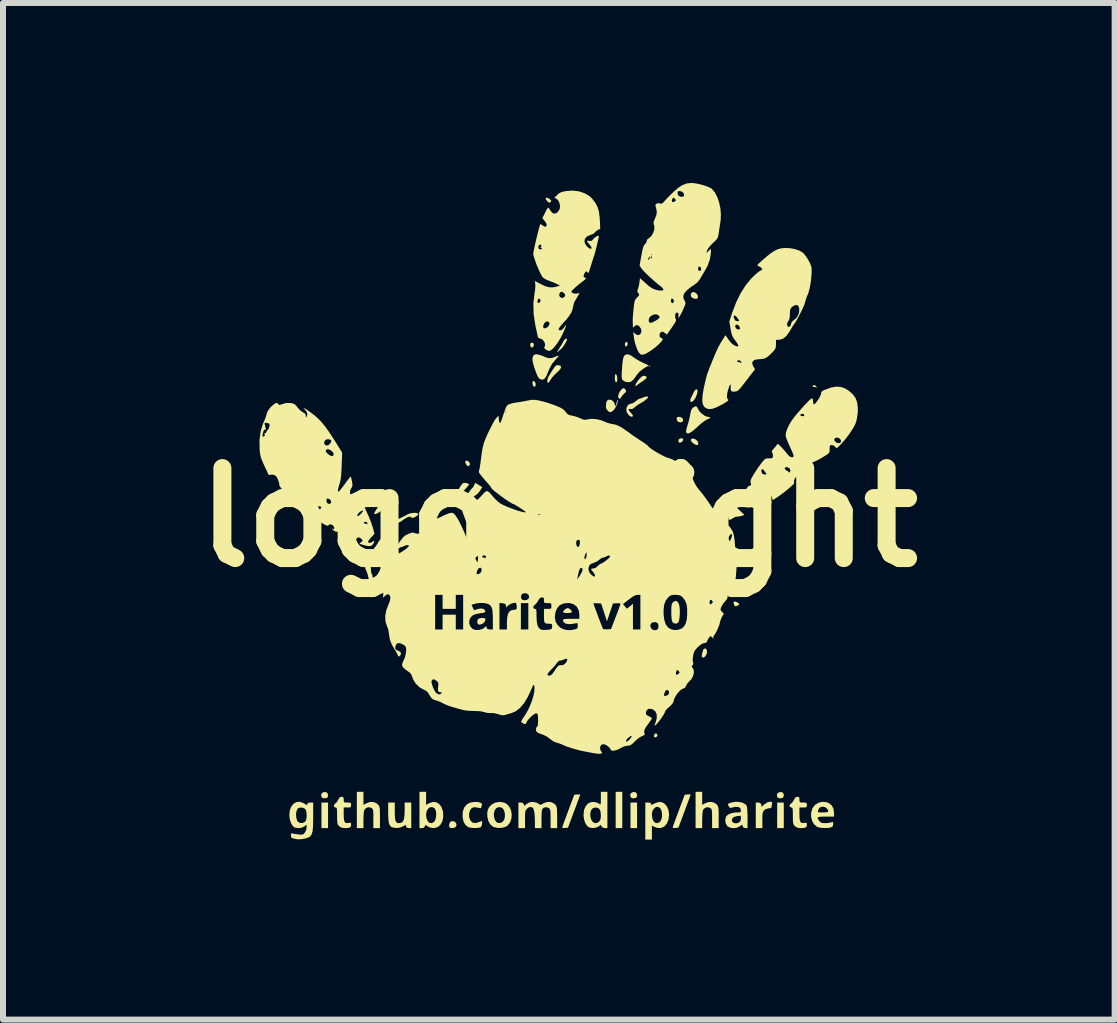
<source format=kicad_pcb>
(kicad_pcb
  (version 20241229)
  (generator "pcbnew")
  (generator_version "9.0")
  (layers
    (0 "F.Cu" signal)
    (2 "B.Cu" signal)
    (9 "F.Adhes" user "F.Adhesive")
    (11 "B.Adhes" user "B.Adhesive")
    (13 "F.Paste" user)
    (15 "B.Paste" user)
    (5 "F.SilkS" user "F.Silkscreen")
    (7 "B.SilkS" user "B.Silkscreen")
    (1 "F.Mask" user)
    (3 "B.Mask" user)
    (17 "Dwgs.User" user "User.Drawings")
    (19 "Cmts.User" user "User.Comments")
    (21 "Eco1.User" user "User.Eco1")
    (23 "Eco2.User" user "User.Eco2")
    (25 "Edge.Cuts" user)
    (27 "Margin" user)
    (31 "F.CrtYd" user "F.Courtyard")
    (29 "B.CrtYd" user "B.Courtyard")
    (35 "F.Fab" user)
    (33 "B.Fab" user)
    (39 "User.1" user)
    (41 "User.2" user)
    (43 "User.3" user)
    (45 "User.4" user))
  (footprint "logo-right"
    (layer "F.Cu")
    (at 6.264 5.574)
    (property "Reference" "logo-right" (at 0 0 0) (layer "F.SilkS") (effects (font (size 1.5 1.5) (thickness 0.3))))
    (attr board_only exclude_from_pos_files exclude_from_bom)
    (fp_poly (pts (xy 1.52 -2.53) (xy 1.522 -2.509) (xy 1.519 -2.504) (xy 1.513 -2.508) (xy 1.512 -2.522) (xy 1.516 -2.537)) (stroke (width 0) (type solid)) (fill yes) (layer "F.SilkS"))
    (fp_poly (pts (xy -3.846 4.966) (xy -3.846 5.179) (xy -3.901 5.179) (xy -3.956 5.179) (xy -3.956 4.966) (xy -3.956 4.753) (xy -3.901 4.753) (xy -3.846 4.753)) (stroke (width 0) (type solid)) (fill yes) (layer "F.SilkS"))
    (fp_poly (pts (xy 1.058 4.877) (xy 1.058 5.179) (xy 1.003 5.179) (xy 0.948 5.179) (xy 0.948 4.877) (xy 0.948 4.574) (xy 1.003 4.574) (xy 1.058 4.574)) (stroke (width 0) (type solid)) (fill yes) (layer "F.SilkS"))
    (fp_poly (pts (xy 1.305 4.966) (xy 1.305 5.179) (xy 1.25 5.179) (xy 1.195 5.179) (xy 1.195 4.966) (xy 1.195 4.753) (xy 1.25 4.753) (xy 1.305 4.753)) (stroke (width 0) (type solid)) (fill yes) (layer "F.SilkS"))
    (fp_poly (pts (xy 3.75 4.966) (xy 3.75 5.179) (xy 3.695 5.179) (xy 3.64 5.179) (xy 3.64 4.966) (xy 3.64 4.753) (xy 3.695 4.753) (xy 3.75 4.753)) (stroke (width 0) (type solid)) (fill yes) (layer "F.SilkS"))
    (fp_poly (pts (xy -1.507 -0.935) (xy -1.492 -0.918) (xy -1.479 -0.89) (xy -1.486 -0.87) (xy -1.507 -0.853) (xy -1.527 -0.861) (xy -1.546 -0.885) (xy -1.56 -0.919) (xy -1.553 -0.942) (xy -1.533 -0.948)) (stroke (width 0) (type solid)) (fill yes) (layer "F.SilkS"))
    (fp_poly (pts (xy 1.145 -2.915) (xy 1.15 -2.891) (xy 1.14 -2.865) (xy 1.136 -2.861) (xy 1.118 -2.846) (xy 1.109 -2.853) (xy 1.105 -2.862) (xy 1.101 -2.892) (xy 1.111 -2.918) (xy 1.126 -2.926)) (stroke (width 0) (type solid)) (fill yes) (layer "F.SilkS"))
    (fp_poly (pts (xy 1.637 3.61) (xy 1.645 3.632) (xy 1.636 3.653) (xy 1.633 3.655) (xy 1.607 3.667) (xy 1.59 3.66) (xy 1.586 3.64) (xy 1.595 3.615) (xy 1.612 3.6) (xy 1.616 3.599)) (stroke (width 0) (type solid)) (fill yes) (layer "F.SilkS"))
    (fp_poly (pts (xy 2.067 -1.314) (xy 2.073 -1.297) (xy 2.072 -1.289) (xy 2.059 -1.264) (xy 2.036 -1.248) (xy 2.012 -1.245) (xy 1.997 -1.257) (xy 1.995 -1.291) (xy 2.015 -1.314) (xy 2.04 -1.319)) (stroke (width 0) (type solid)) (fill yes) (layer "F.SilkS"))
    (fp_poly (pts (xy -0.423 -2.903) (xy -0.419 -2.898) (xy -0.415 -2.873) (xy -0.425 -2.846) (xy -0.442 -2.831) (xy -0.446 -2.83) (xy -0.465 -2.841) (xy -0.474 -2.857) (xy -0.476 -2.891) (xy -0.459 -2.91) (xy -0.446 -2.912)) (stroke (width 0) (type solid)) (fill yes) (layer "F.SilkS"))
    (fp_poly (pts (xy -0.397 -2.256) (xy -0.386 -2.23) (xy -0.385 -2.218) (xy -0.391 -2.186) (xy -0.407 -2.177) (xy -0.424 -2.188) (xy -0.436 -2.213) (xy -0.439 -2.246) (xy -0.431 -2.271) (xy -0.431 -2.271) (xy -0.414 -2.273)) (stroke (width 0) (type solid)) (fill yes) (layer "F.SilkS"))
    (fp_poly (pts (xy -0.172 -5.319) (xy -0.149 -5.303) (xy -0.128 -5.283) (xy -0.127 -5.268) (xy -0.137 -5.257) (xy -0.154 -5.245) (xy -0.172 -5.252) (xy -0.189 -5.267) (xy -0.215 -5.3) (xy -0.218 -5.322) (xy -0.202 -5.33)) (stroke (width 0) (type solid)) (fill yes) (layer "F.SilkS"))
    (fp_poly (pts (xy 4.264 -2.205) (xy 4.285 -2.191) (xy 4.297 -2.173) (xy 4.295 -2.162) (xy 4.287 -2.162) (xy 4.286 -2.167) (xy 4.275 -2.176) (xy 4.259 -2.174) (xy 4.236 -2.176) (xy 4.232 -2.191) (xy 4.246 -2.206)) (stroke (width 0) (type solid)) (fill yes) (layer "F.SilkS"))
    (fp_poly (pts (xy -3.878 4.58) (xy -3.874 4.581) (xy -3.854 4.6) (xy -3.846 4.63) (xy -3.851 4.66) (xy -3.868 4.676) (xy -3.912 4.684) (xy -3.944 4.673) (xy -3.954 4.662) (xy -3.962 4.626) (xy -3.949 4.596) (xy -3.919 4.579)) (stroke (width 0) (type solid)) (fill yes) (layer "F.SilkS"))
    (fp_poly (pts (xy -3.538 0.53) (xy -3.507 0.553) (xy -3.492 0.584) (xy -3.492 0.597) (xy -3.507 0.62) (xy -3.537 0.63) (xy -3.573 0.624) (xy -3.59 0.615) (xy -3.61 0.587) (xy -3.61 0.556) (xy -3.593 0.532) (xy -3.574 0.524)) (stroke (width 0) (type solid)) (fill yes) (layer "F.SilkS"))
    (fp_poly (pts (xy 0.962 -2.377) (xy 0.973 -2.342) (xy 0.975 -2.3) (xy 0.971 -2.264) (xy 0.958 -2.253) (xy 0.943 -2.262) (xy 0.937 -2.281) (xy 0.934 -2.313) (xy 0.935 -2.349) (xy 0.939 -2.378) (xy 0.946 -2.39) (xy 0.946 -2.39)) (stroke (width 0) (type solid)) (fill yes) (layer "F.SilkS"))
    (fp_poly (pts (xy 1.273 4.58) (xy 1.278 4.581) (xy 1.298 4.6) (xy 1.306 4.63) (xy 1.3 4.66) (xy 1.283 4.676) (xy 1.24 4.684) (xy 1.207 4.673) (xy 1.198 4.662) (xy 1.189 4.626) (xy 1.203 4.596) (xy 1.233 4.579)) (stroke (width 0) (type solid)) (fill yes) (layer "F.SilkS"))
    (fp_poly (pts (xy 2.045 -1.666) (xy 2.069 -1.641) (xy 2.072 -1.611) (xy 2.056 -1.59) (xy 2.026 -1.583) (xy 1.99 -1.593) (xy 1.988 -1.594) (xy 1.97 -1.618) (xy 1.964 -1.642) (xy 1.969 -1.667) (xy 1.989 -1.675) (xy 2.004 -1.676)) (stroke (width 0) (type solid)) (fill yes) (layer "F.SilkS"))
    (fp_poly (pts (xy 3.718 4.58) (xy 3.723 4.581) (xy 3.743 4.6) (xy 3.751 4.63) (xy 3.745 4.66) (xy 3.729 4.676) (xy 3.685 4.684) (xy 3.652 4.673) (xy 3.643 4.662) (xy 3.635 4.626) (xy 3.648 4.596) (xy 3.678 4.579)) (stroke (width 0) (type solid)) (fill yes) (layer "F.SilkS"))
    (fp_poly (pts (xy -1.733 5.074) (xy -1.711 5.098) (xy -1.705 5.129) (xy -1.717 5.158) (xy -1.742 5.173) (xy -1.777 5.179) (xy -1.808 5.175) (xy -1.818 5.17) (xy -1.828 5.144) (xy -1.825 5.109) (xy -1.812 5.079) (xy -1.802 5.07) (xy -1.766 5.062)) (stroke (width 0) (type solid)) (fill yes) (layer "F.SilkS"))
    (fp_poly (pts (xy 2.276 -3.746) (xy 2.303 -3.722) (xy 2.319 -3.692) (xy 2.318 -3.661) (xy 2.315 -3.655) (xy 2.292 -3.642) (xy 2.255 -3.647) (xy 2.229 -3.657) (xy 2.204 -3.682) (xy 2.199 -3.715) (xy 2.214 -3.746) (xy 2.217 -3.749) (xy 2.245 -3.757)) (stroke (width 0) (type solid)) (fill yes) (layer "F.SilkS"))
    (fp_poly (pts (xy 2.28 -1.3) (xy 2.308 -1.275) (xy 2.324 -1.247) (xy 2.324 -1.221) (xy 2.316 -1.21) (xy 2.296 -1.205) (xy 2.266 -1.217) (xy 2.252 -1.227) (xy 2.216 -1.257) (xy 2.201 -1.285) (xy 2.206 -1.306) (xy 2.217 -1.313) (xy 2.248 -1.314)) (stroke (width 0) (type solid)) (fill yes) (layer "F.SilkS"))
    (fp_poly (pts (xy 2.967 1.411) (xy 2.994 1.429) (xy 3.006 1.448) (xy 3.005 1.465) (xy 2.997 1.464) (xy 2.978 1.465) (xy 2.974 1.47) (xy 2.954 1.484) (xy 2.933 1.475) (xy 2.918 1.449) (xy 2.914 1.419) (xy 2.918 1.405) (xy 2.938 1.401)) (stroke (width 0) (type solid)) (fill yes) (layer "F.SilkS"))
    (fp_poly (pts (xy 0.178 1.522) (xy 0.205 1.546) (xy 0.219 1.573) (xy 0.22 1.577) (xy 0.207 1.588) (xy 0.169 1.593) (xy 0.144 1.594) (xy 0.103 1.591) (xy 0.075 1.585) (xy 0.069 1.58) (xy 0.08 1.557) (xy 0.105 1.532) (xy 0.135 1.514) (xy 0.149 1.511)) (stroke (width 0) (type solid)) (fill yes) (layer "F.SilkS"))
    (fp_poly (pts (xy 2.459 2.196) (xy 2.47 2.226) (xy 2.471 2.242) (xy 2.462 2.282) (xy 2.443 2.314) (xy 2.42 2.334) (xy 2.397 2.336) (xy 2.385 2.324) (xy 2.383 2.303) (xy 2.389 2.268) (xy 2.399 2.23) (xy 2.411 2.201) (xy 2.416 2.194) (xy 2.439 2.184)) (stroke (width 0) (type solid)) (fill yes) (layer "F.SilkS"))
    (fp_poly (pts (xy -1.24 1.679) (xy -1.225 1.689) (xy -1.223 1.703) (xy -1.233 1.736) (xy -1.26 1.765) (xy -1.295 1.783) (xy -1.329 1.787) (xy -1.351 1.777) (xy -1.359 1.752) (xy -1.357 1.719) (xy -1.344 1.693) (xy -1.343 1.692) (xy -1.32 1.682) (xy -1.282 1.676) (xy -1.275 1.676)) (stroke (width 0) (type solid)) (fill yes) (layer "F.SilkS"))
    (fp_poly (pts (xy -2.053 -0.223) (xy -2.041 -0.212) (xy -2.021 -0.184) (xy -2.027 -0.163) (xy -2.035 -0.157) (xy -2.045 -0.155) (xy -2.04 -0.166) (xy -2.039 -0.173) (xy -2.055 -0.162) (xy -2.056 -0.161) (xy -2.081 -0.142) (xy -2.096 -0.139) (xy -2.106 -0.147) (xy -2.113 -0.166) (xy -2.116 -0.195) (xy -2.107 -0.225) (xy -2.084 -0.235)) (stroke (width 0) (type solid)) (fill yes) (layer "F.SilkS"))
    (fp_poly (pts (xy 1.097 -2.147) (xy 1.114 -2.128) (xy 1.122 -2.105) (xy 1.114 -2.086) (xy 1.089 -2.062) (xy 1.06 -2.033) (xy 1.041 -2.006) (xy 1.039 -2.002) (xy 1.023 -1.98) (xy 1.005 -1.98) (xy 0.991 -2.001) (xy 0.989 -2.017) (xy 0.997 -2.055) (xy 1.017 -2.097) (xy 1.043 -2.132) (xy 1.07 -2.153) (xy 1.074 -2.154)) (stroke (width 0) (type solid)) (fill yes) (layer "F.SilkS"))
    (fp_poly (pts (xy 1.427 -2.36) (xy 1.458 -2.35) (xy 1.464 -2.331) (xy 1.446 -2.305) (xy 1.405 -2.275) (xy 1.362 -2.247) (xy 1.324 -2.219) (xy 1.308 -2.207) (xy 1.287 -2.189) (xy 1.279 -2.189) (xy 1.278 -2.206) (xy 1.286 -2.23) (xy 1.309 -2.265) (xy 1.334 -2.298) (xy 1.37 -2.336) (xy 1.397 -2.356) (xy 1.422 -2.361)) (stroke (width 0) (type solid)) (fill yes) (layer "F.SilkS"))
    (fp_poly (pts (xy 2.31 -2.125) (xy 2.313 -2.096) (xy 2.304 -2.054) (xy 2.284 -2.006) (xy 2.274 -1.987) (xy 2.243 -1.943) (xy 2.216 -1.924) (xy 2.195 -1.932) (xy 2.191 -1.937) (xy 2.191 -1.958) (xy 2.202 -1.988) (xy 2.22 -2.026) (xy 2.242 -2.071) (xy 2.247 -2.081) (xy 2.267 -2.115) (xy 2.288 -2.134) (xy 2.294 -2.136)) (stroke (width 0) (type solid)) (fill yes) (layer "F.SilkS"))
    (fp_poly (pts (xy 2.923 -0.189) (xy 2.951 -0.173) (xy 2.99 -0.14) (xy 3.014 -0.117) (xy 3.094 -0.042) (xy 3.057 -0.028) (xy 3.015 -0.017) (xy 2.979 -0.014) (xy 2.937 -0.005) (xy 2.902 0.014) (xy 2.864 0.037) (xy 2.837 0.038) (xy 2.826 0.024) (xy 2.828 0.002) (xy 2.836 -0.036) (xy 2.85 -0.082) (xy 2.866 -0.127) (xy 2.881 -0.162) (xy 2.888 -0.175) (xy 2.904 -0.189)) (stroke (width 0) (type solid)) (fill yes) (layer "F.SilkS"))
    (fp_poly (pts (xy -0.007 -2.538) (xy 0.029 -2.528) (xy 0.04 -2.507) (xy 0.027 -2.475) (xy -0.011 -2.432) (xy -0.034 -2.412) (xy -0.077 -2.371) (xy -0.115 -2.327) (xy -0.138 -2.293) (xy -0.161 -2.255) (xy -0.179 -2.241) (xy -0.19 -2.252) (xy -0.192 -2.277) (xy -0.189 -2.301) (xy -0.179 -2.33) (xy -0.158 -2.369) (xy -0.126 -2.422) (xy -0.089 -2.479) (xy -0.063 -2.516) (xy -0.041 -2.534) (xy -0.017 -2.538)) (stroke (width 0) (type solid)) (fill yes) (layer "F.SilkS"))
    (fp_poly (pts (xy 0.134 -2.977) (xy 0.137 -2.963) (xy 0.13 -2.942) (xy 0.112 -2.908) (xy 0.087 -2.868) (xy 0.063 -2.833) (xy 0.043 -2.809) (xy 0.036 -2.804) (xy 0.018 -2.791) (xy -0.002 -2.773) (xy -0.02 -2.757) (xy -0.027 -2.756) (xy -0.021 -2.772) (xy -0.004 -2.799) (xy -0.003 -2.8) (xy 0.029 -2.851) (xy 0.053 -2.889) (xy 0.073 -2.926) (xy 0.078 -2.936) (xy 0.099 -2.966) (xy 0.119 -2.98)) (stroke (width 0) (type solid)) (fill yes) (layer "F.SilkS"))
    (fp_poly (pts (xy -2.906 -0.292) (xy -2.91 -0.27) (xy -2.92 -0.248) (xy -2.928 -0.239) (xy -2.934 -0.222) (xy -2.932 -0.2) (xy -2.932 -0.162) (xy -2.939 -0.138) (xy -2.96 -0.112) (xy -2.99 -0.088) (xy -3.023 -0.068) (xy -3.053 -0.057) (xy -3.073 -0.057) (xy -3.077 -0.065) (xy -3.07 -0.084) (xy -3.05 -0.118) (xy -3.022 -0.16) (xy -2.991 -0.206) (xy -2.96 -0.248) (xy -2.933 -0.282) (xy -2.915 -0.3) (xy -2.911 -0.302)) (stroke (width 0) (type solid)) (fill yes) (layer "F.SilkS"))
    (fp_poly (pts (xy 0.357 4.618) (xy 0.357 4.619) (xy 0.353 4.633) (xy 0.34 4.669) (xy 0.32 4.723) (xy 0.295 4.791) (xy 0.266 4.869) (xy 0.255 4.898) (xy 0.153 5.172) (xy 0.103 5.176) (xy 0.07 5.178) (xy 0.059 5.171) (xy 0.061 5.152) (xy 0.062 5.15) (xy 0.07 5.127) (xy 0.086 5.084) (xy 0.108 5.024) (xy 0.135 4.952) (xy 0.164 4.873) (xy 0.165 4.87) (xy 0.258 4.623) (xy 0.308 4.618) (xy 0.34 4.617)) (stroke (width 0) (type solid)) (fill yes) (layer "F.SilkS"))
    (fp_poly (pts (xy 1.969 1.397) (xy 1.994 1.427) (xy 2.007 1.46) (xy 2.014 1.505) (xy 2.017 1.562) (xy 2.016 1.623) (xy 2.011 1.68) (xy 2.003 1.726) (xy 1.993 1.751) (xy 1.961 1.77) (xy 1.925 1.768) (xy 1.896 1.746) (xy 1.893 1.741) (xy 1.883 1.709) (xy 1.877 1.654) (xy 1.875 1.58) (xy 1.875 1.577) (xy 1.876 1.513) (xy 1.879 1.471) (xy 1.884 1.444) (xy 1.895 1.425) (xy 1.904 1.414) (xy 1.939 1.392)) (stroke (width 0) (type solid)) (fill yes) (layer "F.SilkS"))
    (fp_poly (pts (xy 2.197 4.618) (xy 2.198 4.619) (xy 2.193 4.633) (xy 2.181 4.669) (xy 2.161 4.723) (xy 2.136 4.791) (xy 2.107 4.869) (xy 2.096 4.898) (xy 1.994 5.172) (xy 1.944 5.176) (xy 1.911 5.178) (xy 1.899 5.171) (xy 1.902 5.152) (xy 1.903 5.15) (xy 1.911 5.127) (xy 1.927 5.084) (xy 1.949 5.024) (xy 1.976 4.952) (xy 2.005 4.873) (xy 2.006 4.87) (xy 2.099 4.623) (xy 2.148 4.618) (xy 2.181 4.617)) (stroke (width 0) (type solid)) (fill yes) (layer "F.SilkS"))
    (fp_poly (pts (xy -2.916 0.368) (xy -2.912 0.4) (xy -2.906 0.442) (xy -2.89 0.483) (xy -2.878 0.514) (xy -2.883 0.533) (xy -2.907 0.546) (xy -2.952 0.556) (xy -2.997 0.569) (xy -3.045 0.589) (xy -3.052 0.592) (xy -3.084 0.607) (xy -3.1 0.61) (xy -3.108 0.6) (xy -3.112 0.589) (xy -3.111 0.562) (xy -3.091 0.529) (xy -3.08 0.517) (xy -3.047 0.476) (xy -3.016 0.428) (xy -3.011 0.417) (xy -2.982 0.373) (xy -2.955 0.35) (xy -2.932 0.348)) (stroke (width 0) (type solid)) (fill yes) (layer "F.SilkS"))
    (fp_poly (pts (xy 0.875 -1.957) (xy 0.911 -1.931) (xy 0.929 -1.895) (xy 0.945 -1.848) (xy 0.962 -1.906) (xy 0.974 -1.94) (xy 0.983 -1.958) (xy 0.986 -1.959) (xy 0.987 -1.941) (xy 0.978 -1.908) (xy 0.962 -1.867) (xy 0.943 -1.828) (xy 0.924 -1.798) (xy 0.917 -1.79) (xy 0.882 -1.761) (xy 0.857 -1.753) (xy 0.834 -1.762) (xy 0.817 -1.778) (xy 0.794 -1.806) (xy 0.785 -1.837) (xy 0.786 -1.877) (xy 0.795 -1.93) (xy 0.817 -1.958) (xy 0.851 -1.963)) (stroke (width 0) (type solid)) (fill yes) (layer "F.SilkS"))
    (fp_poly (pts (xy -2.365 -0.073) (xy -2.344 -0.062) (xy -2.342 -0.055) (xy -2.352 -0.036) (xy -2.377 -0.017) (xy -2.408 -0.0003) (xy -2.437 0.009) (xy -2.454 0.006) (xy -2.455 0.003) (xy -2.473 -0.012) (xy -2.506 -0.009) (xy -2.551 0.012) (xy -2.593 0.041) (xy -2.641 0.074) (xy -2.683 0.092) (xy -2.715 0.096) (xy -2.732 0.084) (xy -2.734 0.075) (xy -2.721 0.057) (xy -2.688 0.035) (xy -2.658 0.02) (xy -2.606 -0.005) (xy -2.555 -0.031) (xy -2.531 -0.045) (xy -2.491 -0.063) (xy -2.446 -0.073) (xy -2.401 -0.077)) (stroke (width 0) (type solid)) (fill yes) (layer "F.SilkS"))
    (fp_poly (pts (xy -1.522 -0.568) (xy -1.5 -0.555) (xy -1.497 -0.548) (xy -1.506 -0.532) (xy -1.531 -0.503) (xy -1.565 -0.466) (xy -1.569 -0.462) (xy -1.614 -0.416) (xy -1.659 -0.367) (xy -1.69 -0.331) (xy -1.722 -0.295) (xy -1.752 -0.276) (xy -1.789 -0.266) (xy -1.803 -0.265) (xy -1.842 -0.263) (xy -1.865 -0.267) (xy -1.868 -0.271) (xy -1.857 -0.291) (xy -1.826 -0.32) (xy -1.782 -0.353) (xy -1.755 -0.37) (xy -1.709 -0.41) (xy -1.665 -0.474) (xy -1.659 -0.485) (xy -1.632 -0.531) (xy -1.606 -0.562) (xy -1.589 -0.575) (xy -1.555 -0.575)) (stroke (width 0) (type solid)) (fill yes) (layer "F.SilkS"))
    (fp_poly (pts (xy -0.301 -2.703) (xy -0.259 -2.686) (xy -0.199 -2.662) (xy -0.15 -2.653) (xy -0.102 -2.661) (xy -0.058 -2.678) (xy -0.019 -2.694) (xy -0.003 -2.694) (xy -0.009 -2.679) (xy -0.038 -2.648) (xy -0.041 -2.645) (xy -0.114 -2.558) (xy -0.167 -2.455) (xy -0.178 -2.425) (xy -0.206 -2.357) (xy -0.235 -2.314) (xy -0.266 -2.296) (xy -0.302 -2.301) (xy -0.326 -2.315) (xy -0.344 -2.338) (xy -0.365 -2.381) (xy -0.387 -2.436) (xy -0.408 -2.498) (xy -0.426 -2.559) (xy -0.437 -2.611) (xy -0.44 -2.642) (xy -0.431 -2.688) (xy -0.405 -2.714) (xy -0.362 -2.719)) (stroke (width 0) (type solid)) (fill yes) (layer "F.SilkS"))
    (fp_poly (pts (xy 1.169 -2.714) (xy 1.207 -2.696) (xy 1.244 -2.67) (xy 1.292 -2.638) (xy 1.352 -2.603) (xy 1.406 -2.576) (xy 1.502 -2.533) (xy 1.425 -2.489) (xy 1.347 -2.431) (xy 1.304 -2.38) (xy 1.264 -2.323) (xy 1.233 -2.286) (xy 1.206 -2.264) (xy 1.179 -2.255) (xy 1.154 -2.253) (xy 1.102 -2.263) (xy 1.074 -2.281) (xy 1.061 -2.295) (xy 1.053 -2.311) (xy 1.049 -2.334) (xy 1.048 -2.371) (xy 1.05 -2.426) (xy 1.053 -2.463) (xy 1.059 -2.554) (xy 1.067 -2.62) (xy 1.078 -2.667) (xy 1.092 -2.696) (xy 1.112 -2.712) (xy 1.135 -2.717)) (stroke (width 0) (type solid)) (fill yes) (layer "F.SilkS"))
    (fp_poly (pts (xy 3.548 4.742) (xy 3.557 4.754) (xy 3.553 4.782) (xy 3.547 4.816) (xy 3.544 4.837) (xy 3.544 4.837) (xy 3.532 4.845) (xy 3.503 4.849) (xy 3.499 4.849) (xy 3.448 4.862) (xy 3.423 4.881) (xy 3.409 4.899) (xy 3.4 4.921) (xy 3.395 4.953) (xy 3.393 5.002) (xy 3.393 5.046) (xy 3.393 5.179) (xy 3.338 5.179) (xy 3.283 5.179) (xy 3.283 4.966) (xy 3.283 4.753) (xy 3.324 4.753) (xy 3.356 4.759) (xy 3.371 4.78) (xy 3.374 4.787) (xy 3.382 4.822) (xy 3.429 4.781) (xy 3.48 4.748) (xy 3.519 4.739)) (stroke (width 0) (type solid)) (fill yes) (layer "F.SilkS"))
    (fp_poly (pts (xy 2.295 -1.849) (xy 2.313 -1.825) (xy 2.319 -1.81) (xy 2.345 -1.768) (xy 2.385 -1.727) (xy 2.431 -1.695) (xy 2.475 -1.677) (xy 2.488 -1.676) (xy 2.519 -1.672) (xy 2.525 -1.662) (xy 2.505 -1.648) (xy 2.477 -1.636) (xy 2.445 -1.618) (xy 2.4 -1.586) (xy 2.351 -1.546) (xy 2.328 -1.525) (xy 2.261 -1.464) (xy 2.209 -1.423) (xy 2.171 -1.402) (xy 2.144 -1.399) (xy 2.129 -1.408) (xy 2.122 -1.424) (xy 2.123 -1.449) (xy 2.132 -1.489) (xy 2.149 -1.546) (xy 2.167 -1.609) (xy 2.182 -1.672) (xy 2.192 -1.722) (xy 2.194 -1.732) (xy 2.205 -1.784) (xy 2.225 -1.818) (xy 2.236 -1.828) (xy 2.271 -1.85)) (stroke (width 0) (type solid)) (fill yes) (layer "F.SilkS"))
    (fp_poly (pts (xy -2.734 4.903) (xy -2.732 4.981) (xy -2.727 5.035) (xy -2.716 5.07) (xy -2.698 5.089) (xy -2.671 5.096) (xy -2.661 5.096) (xy -2.624 5.09) (xy -2.598 5.069) (xy -2.581 5.03) (xy -2.572 4.971) (xy -2.569 4.888) (xy -2.569 4.884) (xy -2.569 4.753) (xy -2.514 4.753) (xy -2.459 4.753) (xy -2.459 4.966) (xy -2.459 5.179) (xy -2.499 5.179) (xy -2.532 5.172) (xy -2.545 5.151) (xy -2.553 5.123) (xy -2.599 5.151) (xy -2.653 5.172) (xy -2.715 5.177) (xy -2.773 5.167) (xy -2.784 5.163) (xy -2.807 5.146) (xy -2.824 5.119) (xy -2.835 5.079) (xy -2.841 5.02) (xy -2.844 4.939) (xy -2.844 4.917) (xy -2.844 4.753) (xy -2.789 4.753) (xy -2.734 4.753)) (stroke (width 0) (type solid)) (fill yes) (layer "F.SilkS"))
    (fp_poly (pts (xy -3.256 4.684) (xy -3.256 4.793) (xy -3.207 4.765) (xy -3.149 4.744) (xy -3.089 4.744) (xy -3.037 4.766) (xy -3.012 4.787) (xy -2.999 4.804) (xy -2.99 4.823) (xy -2.985 4.85) (xy -2.982 4.889) (xy -2.981 4.947) (xy -2.981 5.001) (xy -2.981 5.179) (xy -3.036 5.179) (xy -3.091 5.179) (xy -3.091 5.021) (xy -3.091 4.953) (xy -3.093 4.907) (xy -3.096 4.878) (xy -3.103 4.86) (xy -3.115 4.848) (xy -3.123 4.842) (xy -3.164 4.83) (xy -3.206 4.84) (xy -3.238 4.87) (xy -3.241 4.875) (xy -3.247 4.9) (xy -3.252 4.945) (xy -3.255 5.003) (xy -3.256 5.041) (xy -3.256 5.179) (xy -3.311 5.179) (xy -3.366 5.179) (xy -3.366 4.877) (xy -3.366 4.574) (xy -3.311 4.574) (xy -3.256 4.574)) (stroke (width 0) (type solid)) (fill yes) (layer "F.SilkS"))
    (fp_poly (pts (xy -3.203 0.736) (xy -3.168 0.757) (xy -3.146 0.778) (xy -3.135 0.805) (xy -3.132 0.846) (xy -3.132 0.857) (xy -3.129 0.901) (xy -3.122 0.934) (xy -3.116 0.944) (xy -3.108 0.965) (xy -3.101 1.003) (xy -3.097 1.049) (xy -3.096 1.094) (xy -3.098 1.13) (xy -3.105 1.147) (xy -3.117 1.14) (xy -3.134 1.115) (xy -3.143 1.095) (xy -3.162 1.045) (xy -3.176 0.994) (xy -3.179 0.982) (xy -3.191 0.933) (xy -3.21 0.886) (xy -3.211 0.882) (xy -3.226 0.848) (xy -3.224 0.823) (xy -3.218 0.811) (xy -3.209 0.786) (xy -3.221 0.776) (xy -3.25 0.783) (xy -3.265 0.79) (xy -3.307 0.806) (xy -3.337 0.808) (xy -3.352 0.798) (xy -3.346 0.78) (xy -3.318 0.755) (xy -3.312 0.752) (xy -3.256 0.73)) (stroke (width 0) (type solid)) (fill yes) (layer "F.SilkS"))
    (fp_poly (pts (xy 2.39 4.684) (xy 2.39 4.793) (xy 2.439 4.765) (xy 2.497 4.744) (xy 2.556 4.744) (xy 2.609 4.766) (xy 2.634 4.787) (xy 2.647 4.804) (xy 2.656 4.823) (xy 2.661 4.85) (xy 2.664 4.889) (xy 2.665 4.947) (xy 2.665 5.001) (xy 2.665 5.179) (xy 2.61 5.179) (xy 2.555 5.179) (xy 2.555 5.021) (xy 2.555 4.953) (xy 2.553 4.907) (xy 2.549 4.878) (xy 2.543 4.86) (xy 2.531 4.848) (xy 2.523 4.842) (xy 2.482 4.83) (xy 2.44 4.84) (xy 2.408 4.87) (xy 2.405 4.875) (xy 2.399 4.9) (xy 2.394 4.945) (xy 2.391 5.003) (xy 2.39 5.041) (xy 2.39 5.179) (xy 2.335 5.179) (xy 2.28 5.179) (xy 2.28 4.877) (xy 2.28 4.574) (xy 2.335 4.574) (xy 2.39 4.574)) (stroke (width 0) (type solid)) (fill yes) (layer "F.SilkS"))
    (fp_poly (pts (xy -1.314 4.752) (xy -1.287 4.766) (xy -1.281 4.786) (xy -1.284 4.805) (xy -1.293 4.835) (xy -1.304 4.847) (xy -1.327 4.844) (xy -1.351 4.838) (xy -1.408 4.83) (xy -1.448 4.842) (xy -1.477 4.877) (xy -1.477 4.878) (xy -1.495 4.934) (xy -1.495 4.991) (xy -1.479 5.042) (xy -1.448 5.078) (xy -1.434 5.086) (xy -1.405 5.094) (xy -1.372 5.091) (xy -1.338 5.08) (xy -1.278 5.059) (xy -1.278 5.105) (xy -1.286 5.146) (xy -1.304 5.165) (xy -1.34 5.174) (xy -1.39 5.178) (xy -1.445 5.176) (xy -1.492 5.168) (xy -1.51 5.162) (xy -1.558 5.124) (xy -1.589 5.068) (xy -1.603 4.992) (xy -1.604 4.983) (xy -1.6 4.9) (xy -1.575 4.833) (xy -1.53 4.782) (xy -1.522 4.776) (xy -1.477 4.755) (xy -1.418 4.744) (xy -1.358 4.743)) (stroke (width 0) (type solid)) (fill yes) (layer "F.SilkS"))
    (fp_poly (pts (xy -0.913 4.753) (xy -0.868 4.776) (xy -0.824 4.823) (xy -0.796 4.884) (xy -0.785 4.951) (xy -0.79 5.019) (xy -0.811 5.081) (xy -0.847 5.131) (xy -0.885 5.157) (xy -0.949 5.175) (xy -1.02 5.176) (xy -1.085 5.161) (xy -1.095 5.157) (xy -1.139 5.121) (xy -1.171 5.067) (xy -1.189 5.002) (xy -1.193 4.937) (xy -1.082 4.937) (xy -1.081 4.984) (xy -1.066 5.042) (xy -1.038 5.08) (xy -1.001 5.096) (xy -0.957 5.087) (xy -0.938 5.076) (xy -0.912 5.043) (xy -0.899 4.996) (xy -0.898 4.944) (xy -0.909 4.893) (xy -0.931 4.854) (xy -0.956 4.835) (xy -1.003 4.829) (xy -1.042 4.846) (xy -1.069 4.883) (xy -1.082 4.937) (xy -1.193 4.937) (xy -1.194 4.934) (xy -1.182 4.87) (xy -1.159 4.825) (xy -1.11 4.779) (xy -1.048 4.751) (xy -0.979 4.742)) (stroke (width 0) (type solid)) (fill yes) (layer "F.SilkS"))
    (fp_poly (pts (xy 1.479 -2.014) (xy 1.49 -2.005) (xy 1.484 -1.992) (xy 1.458 -1.967) (xy 1.455 -1.965) (xy 1.413 -1.933) (xy 1.369 -1.906) (xy 1.36 -1.902) (xy 1.317 -1.876) (xy 1.275 -1.844) (xy 1.269 -1.838) (xy 1.232 -1.81) (xy 1.203 -1.804) (xy 1.198 -1.806) (xy 1.171 -1.809) (xy 1.164 -1.796) (xy 1.177 -1.771) (xy 1.196 -1.751) (xy 1.221 -1.722) (xy 1.235 -1.699) (xy 1.236 -1.694) (xy 1.227 -1.678) (xy 1.205 -1.679) (xy 1.174 -1.697) (xy 1.16 -1.71) (xy 1.134 -1.75) (xy 1.125 -1.796) (xy 1.133 -1.84) (xy 1.155 -1.875) (xy 1.19 -1.894) (xy 1.206 -1.896) (xy 1.234 -1.904) (xy 1.269 -1.926) (xy 1.282 -1.937) (xy 1.314 -1.962) (xy 1.34 -1.977) (xy 1.346 -1.978) (xy 1.369 -1.984) (xy 1.403 -1.997) (xy 1.409 -2) (xy 1.446 -2.013) (xy 1.476 -2.014)) (stroke (width 0) (type solid)) (fill yes) (layer "F.SilkS"))
    (fp_poly (pts (xy -2.212 4.683) (xy -2.212 4.792) (xy -2.158 4.763) (xy -2.099 4.743) (xy -2.043 4.748) (xy -1.994 4.777) (xy -1.956 4.826) (xy -1.932 4.895) (xy -1.929 4.911) (xy -1.926 4.993) (xy -1.941 5.065) (xy -1.972 5.122) (xy -2.017 5.161) (xy -2.074 5.178) (xy -2.088 5.179) (xy -2.147 5.169) (xy -2.185 5.151) (xy -2.223 5.124) (xy -2.232 5.151) (xy -2.25 5.173) (xy -2.281 5.179) (xy -2.322 5.179) (xy -2.322 4.953) (xy -2.212 4.953) (xy -2.205 5.017) (xy -2.185 5.064) (xy -2.156 5.091) (xy -2.119 5.096) (xy -2.083 5.079) (xy -2.061 5.049) (xy -2.048 5.002) (xy -2.043 4.948) (xy -2.048 4.897) (xy -2.063 4.858) (xy -2.07 4.849) (xy -2.108 4.828) (xy -2.146 4.831) (xy -2.178 4.855) (xy -2.202 4.895) (xy -2.212 4.949) (xy -2.212 4.953) (xy -2.322 4.953) (xy -2.322 4.877) (xy -2.322 4.574) (xy -2.267 4.574) (xy -2.212 4.574)) (stroke (width 0) (type solid)) (fill yes) (layer "F.SilkS"))
    (fp_poly (pts (xy 1.723 4.749) (xy 1.769 4.777) (xy 1.805 4.822) (xy 1.829 4.882) (xy 1.838 4.954) (xy 1.829 5.033) (xy 1.827 5.041) (xy 1.8 5.107) (xy 1.758 5.153) (xy 1.704 5.177) (xy 1.643 5.176) (xy 1.593 5.158) (xy 1.552 5.137) (xy 1.552 5.254) (xy 1.552 5.371) (xy 1.497 5.371) (xy 1.442 5.371) (xy 1.442 5.062) (xy 1.442 4.953) (xy 1.552 4.953) (xy 1.559 5.017) (xy 1.579 5.064) (xy 1.608 5.091) (xy 1.645 5.096) (xy 1.681 5.079) (xy 1.705 5.047) (xy 1.718 5) (xy 1.721 4.946) (xy 1.714 4.895) (xy 1.696 4.854) (xy 1.676 4.836) (xy 1.644 4.823) (xy 1.617 4.829) (xy 1.586 4.855) (xy 1.563 4.887) (xy 1.553 4.927) (xy 1.552 4.953) (xy 1.442 4.953) (xy 1.442 4.753) (xy 1.49 4.753) (xy 1.525 4.757) (xy 1.538 4.771) (xy 1.539 4.775) (xy 1.544 4.791) (xy 1.549 4.792) (xy 1.567 4.783) (xy 1.599 4.767) (xy 1.611 4.761) (xy 1.669 4.743)) (stroke (width 0) (type solid)) (fill yes) (layer "F.SilkS"))
    (fp_poly (pts (xy 0.81 4.877) (xy 0.81 5.179) (xy 0.77 5.179) (xy 0.73 5.169) (xy 0.714 5.151) (xy 0.699 5.123) (xy 0.664 5.151) (xy 0.618 5.172) (xy 0.563 5.178) (xy 0.511 5.169) (xy 0.485 5.155) (xy 0.45 5.112) (xy 0.425 5.051) (xy 0.413 4.979) (xy 0.412 4.959) (xy 0.415 4.933) (xy 0.525 4.933) (xy 0.526 4.983) (xy 0.541 5.039) (xy 0.568 5.078) (xy 0.603 5.096) (xy 0.642 5.091) (xy 0.673 5.069) (xy 0.691 5.043) (xy 0.699 5.006) (xy 0.701 4.964) (xy 0.695 4.901) (xy 0.677 4.86) (xy 0.644 4.84) (xy 0.61 4.835) (xy 0.567 4.847) (xy 0.539 4.881) (xy 0.525 4.933) (xy 0.415 4.933) (xy 0.421 4.878) (xy 0.447 4.814) (xy 0.487 4.769) (xy 0.54 4.745) (xy 0.588 4.743) (xy 0.631 4.753) (xy 0.667 4.769) (xy 0.674 4.774) (xy 0.687 4.785) (xy 0.695 4.785) (xy 0.699 4.77) (xy 0.7 4.736) (xy 0.701 4.686) (xy 0.701 4.574) (xy 0.756 4.574) (xy 0.81 4.574)) (stroke (width 0) (type solid)) (fill yes) (layer "F.SilkS"))
    (fp_poly (pts (xy -3.597 4.66) (xy -3.587 4.676) (xy -3.585 4.705) (xy -3.584 4.735) (xy -3.575 4.749) (xy -3.551 4.753) (xy -3.524 4.753) (xy -3.486 4.754) (xy -3.468 4.761) (xy -3.462 4.779) (xy -3.462 4.794) (xy -3.464 4.82) (xy -3.474 4.832) (xy -3.5 4.835) (xy -3.524 4.835) (xy -3.585 4.835) (xy -3.585 4.951) (xy -3.583 5.018) (xy -3.575 5.063) (xy -3.56 5.087) (xy -3.534 5.095) (xy -3.503 5.092) (xy -3.474 5.088) (xy -3.463 5.099) (xy -3.462 5.123) (xy -3.466 5.152) (xy -3.484 5.169) (xy -3.519 5.177) (xy -3.567 5.179) (xy -3.615 5.174) (xy -3.65 5.156) (xy -3.662 5.145) (xy -3.677 5.128) (xy -3.687 5.108) (xy -3.692 5.081) (xy -3.695 5.039) (xy -3.695 4.976) (xy -3.695 4.973) (xy -3.696 4.911) (xy -3.697 4.871) (xy -3.702 4.848) (xy -3.709 4.838) (xy -3.721 4.835) (xy -3.723 4.835) (xy -3.745 4.826) (xy -3.75 4.804) (xy -3.739 4.78) (xy -3.723 4.767) (xy -3.699 4.745) (xy -3.678 4.709) (xy -3.675 4.704) (xy -3.656 4.671) (xy -3.632 4.658) (xy -3.62 4.657)) (stroke (width 0) (type solid)) (fill yes) (layer "F.SilkS"))
    (fp_poly (pts (xy 4 4.66) (xy 4.01 4.676) (xy 4.011 4.705) (xy 4.013 4.735) (xy 4.022 4.749) (xy 4.046 4.753) (xy 4.073 4.753) (xy 4.111 4.754) (xy 4.129 4.761) (xy 4.135 4.779) (xy 4.135 4.794) (xy 4.133 4.82) (xy 4.123 4.832) (xy 4.096 4.835) (xy 4.073 4.835) (xy 4.011 4.835) (xy 4.011 4.951) (xy 4.013 5.018) (xy 4.021 5.063) (xy 4.037 5.087) (xy 4.063 5.095) (xy 4.094 5.092) (xy 4.122 5.088) (xy 4.133 5.099) (xy 4.135 5.123) (xy 4.13 5.152) (xy 4.113 5.169) (xy 4.077 5.177) (xy 4.03 5.179) (xy 3.982 5.174) (xy 3.947 5.156) (xy 3.935 5.145) (xy 3.92 5.128) (xy 3.91 5.108) (xy 3.904 5.081) (xy 3.902 5.039) (xy 3.901 4.976) (xy 3.901 4.973) (xy 3.901 4.911) (xy 3.899 4.871) (xy 3.895 4.848) (xy 3.887 4.838) (xy 3.876 4.835) (xy 3.874 4.835) (xy 3.852 4.826) (xy 3.847 4.804) (xy 3.858 4.78) (xy 3.874 4.767) (xy 3.898 4.745) (xy 3.919 4.709) (xy 3.921 4.704) (xy 3.94 4.671) (xy 3.964 4.658) (xy 3.976 4.657)) (stroke (width 0) (type solid)) (fill yes) (layer "F.SilkS"))
    (fp_poly (pts (xy 4.465 4.748) (xy 4.497 4.76) (xy 4.547 4.798) (xy 4.578 4.855) (xy 4.588 4.923) (xy 4.588 4.987) (xy 4.451 4.987) (xy 4.382 4.988) (xy 4.339 4.992) (xy 4.317 5.001) (xy 4.314 5.017) (xy 4.328 5.042) (xy 4.342 5.06) (xy 4.365 5.083) (xy 4.394 5.094) (xy 4.437 5.096) (xy 4.485 5.094) (xy 4.527 5.087) (xy 4.539 5.083) (xy 4.564 5.076) (xy 4.573 5.086) (xy 4.574 5.111) (xy 4.568 5.145) (xy 4.544 5.164) (xy 4.539 5.166) (xy 4.492 5.176) (xy 4.432 5.178) (xy 4.37 5.174) (xy 4.319 5.163) (xy 4.305 5.157) (xy 4.259 5.12) (xy 4.225 5.065) (xy 4.207 4.999) (xy 4.205 4.928) (xy 4.212 4.904) (xy 4.318 4.904) (xy 4.323 4.913) (xy 4.344 4.917) (xy 4.385 4.918) (xy 4.402 4.918) (xy 4.455 4.916) (xy 4.484 4.91) (xy 4.492 4.9) (xy 4.48 4.863) (xy 4.448 4.834) (xy 4.406 4.822) (xy 4.404 4.822) (xy 4.362 4.828) (xy 4.336 4.852) (xy 4.321 4.887) (xy 4.318 4.904) (xy 4.212 4.904) (xy 4.222 4.861) (xy 4.228 4.849) (xy 4.27 4.793) (xy 4.328 4.756) (xy 4.395 4.74)) (stroke (width 0) (type solid)) (fill yes) (layer "F.SilkS"))
    (fp_poly (pts (xy -0.373 4.754) (xy -0.351 4.765) (xy -0.302 4.793) (xy -0.254 4.765) (xy -0.196 4.744) (xy -0.136 4.744) (xy -0.083 4.766) (xy -0.058 4.787) (xy -0.046 4.804) (xy -0.037 4.823) (xy -0.032 4.85) (xy -0.029 4.889) (xy -0.028 4.947) (xy -0.027 5.001) (xy -0.027 5.179) (xy -0.082 5.179) (xy -0.137 5.179) (xy -0.137 5.021) (xy -0.138 4.953) (xy -0.139 4.907) (xy -0.143 4.878) (xy -0.15 4.86) (xy -0.161 4.848) (xy -0.17 4.842) (xy -0.208 4.83) (xy -0.247 4.837) (xy -0.275 4.861) (xy -0.28 4.87) (xy -0.283 4.893) (xy -0.286 4.936) (xy -0.288 4.993) (xy -0.288 5.036) (xy -0.288 5.179) (xy -0.343 5.179) (xy -0.398 5.179) (xy -0.398 5.059) (xy -0.401 4.985) (xy -0.407 4.921) (xy -0.417 4.872) (xy -0.429 4.842) (xy -0.439 4.835) (xy -0.462 4.831) (xy -0.472 4.827) (xy -0.497 4.831) (xy -0.527 4.853) (xy -0.528 4.854) (xy -0.544 4.872) (xy -0.554 4.89) (xy -0.56 4.916) (xy -0.562 4.955) (xy -0.563 5.014) (xy -0.563 5.034) (xy -0.563 5.179) (xy -0.618 5.179) (xy -0.673 5.179) (xy -0.673 4.966) (xy -0.673 4.753) (xy -0.633 4.753) (xy -0.599 4.76) (xy -0.583 4.782) (xy -0.574 4.81) (xy -0.543 4.781) (xy -0.493 4.751) (xy -0.433 4.742)) (stroke (width 0) (type solid)) (fill yes) (layer "F.SilkS"))
    (fp_poly (pts (xy 3 4.742) (xy 3.06 4.755) (xy 3.107 4.779) (xy 3.131 4.806) (xy 3.137 4.831) (xy 3.142 4.877) (xy 3.145 4.938) (xy 3.146 5.006) (xy 3.146 5.179) (xy 3.11 5.179) (xy 3.078 5.17) (xy 3.067 5.151) (xy 3.059 5.129) (xy 3.054 5.124) (xy 3.039 5.132) (xy 3.014 5.15) (xy 3.012 5.151) (xy 2.965 5.174) (xy 2.908 5.18) (xy 2.853 5.171) (xy 2.81 5.147) (xy 2.809 5.145) (xy 2.783 5.102) (xy 2.775 5.051) (xy 2.885 5.051) (xy 2.896 5.079) (xy 2.924 5.096) (xy 2.96 5.099) (xy 2.997 5.09) (xy 3.024 5.066) (xy 3.025 5.065) (xy 3.033 5.04) (xy 3.036 5.009) (xy 3.034 4.984) (xy 3.024 4.974) (xy 2.997 4.975) (xy 2.98 4.977) (xy 2.926 4.99) (xy 2.895 5.013) (xy 2.885 5.049) (xy 2.885 5.051) (xy 2.775 5.051) (xy 2.774 5.047) (xy 2.785 4.994) (xy 2.79 4.985) (xy 2.82 4.954) (xy 2.871 4.932) (xy 2.935 4.919) (xy 2.967 4.918) (xy 3.008 4.917) (xy 3.028 4.911) (xy 3.035 4.898) (xy 3.036 4.885) (xy 3.025 4.847) (xy 2.995 4.827) (xy 2.945 4.825) (xy 2.943 4.825) (xy 2.903 4.833) (xy 2.873 4.841) (xy 2.87 4.842) (xy 2.849 4.838) (xy 2.832 4.814) (xy 2.821 4.789) (xy 2.822 4.775) (xy 2.839 4.766) (xy 2.87 4.755) (xy 2.934 4.742)) (stroke (width 0) (type solid)) (fill yes) (layer "F.SilkS"))
    (fp_poly (pts (xy -4.256 4.762) (xy -4.248 4.767) (xy -4.214 4.787) (xy -4.196 4.793) (xy -4.19 4.785) (xy -4.19 4.774) (xy -4.179 4.758) (xy -4.146 4.753) (xy -4.142 4.753) (xy -4.094 4.753) (xy -4.094 4.987) (xy -4.095 5.09) (xy -4.098 5.169) (xy -4.104 5.228) (xy -4.115 5.271) (xy -4.131 5.301) (xy -4.152 5.323) (xy -4.173 5.335) (xy -4.216 5.35) (xy -4.272 5.361) (xy -4.329 5.366) (xy -4.374 5.363) (xy -4.375 5.363) (xy -4.412 5.354) (xy -4.434 5.35) (xy -4.456 5.338) (xy -4.464 5.311) (xy -4.465 5.301) (xy -4.462 5.272) (xy -4.451 5.265) (xy -4.442 5.267) (xy -4.416 5.273) (xy -4.373 5.28) (xy -4.341 5.284) (xy -4.296 5.288) (xy -4.268 5.285) (xy -4.249 5.273) (xy -4.233 5.254) (xy -4.21 5.208) (xy -4.204 5.169) (xy -4.204 5.122) (xy -4.24 5.15) (xy -4.285 5.172) (xy -4.341 5.179) (xy -4.395 5.171) (xy -4.412 5.164) (xy -4.441 5.135) (xy -4.467 5.087) (xy -4.484 5.028) (xy -4.492 4.965) (xy -4.492 4.962) (xy -4.49 4.948) (xy -4.38 4.948) (xy -4.376 5.004) (xy -4.362 5.053) (xy -4.346 5.075) (xy -4.311 5.094) (xy -4.268 5.093) (xy -4.23 5.074) (xy -4.229 5.074) (xy -4.212 5.044) (xy -4.204 4.998) (xy -4.203 4.946) (xy -4.21 4.897) (xy -4.224 4.863) (xy -4.226 4.861) (xy -4.257 4.842) (xy -4.297 4.836) (xy -4.335 4.842) (xy -4.353 4.854) (xy -4.372 4.894) (xy -4.38 4.948) (xy -4.49 4.948) (xy -4.483 4.882) (xy -4.458 4.818) (xy -4.42 4.772) (xy -4.372 4.745) (xy -4.316 4.741)) (stroke (width 0) (type solid)) (fill yes) (layer "F.SilkS"))
    (fp_poly (pts (xy 3.845 -4.488) (xy 3.928 -4.474) (xy 4.003 -4.45) (xy 4.06 -4.418) (xy 4.081 -4.4) (xy 4.121 -4.35) (xy 4.159 -4.291) (xy 4.19 -4.231) (xy 4.209 -4.179) (xy 4.211 -4.17) (xy 4.215 -4.12) (xy 4.213 -4.051) (xy 4.206 -3.973) (xy 4.195 -3.892) (xy 4.181 -3.817) (xy 4.165 -3.755) (xy 4.155 -3.728) (xy 4.132 -3.673) (xy 4.113 -3.615) (xy 4.107 -3.591) (xy 4.094 -3.549) (xy 4.069 -3.491) (xy 4.037 -3.424) (xy 4.002 -3.354) (xy 3.966 -3.289) (xy 3.933 -3.236) (xy 3.922 -3.221) (xy 3.899 -3.187) (xy 3.87 -3.14) (xy 3.848 -3.102) (xy 3.797 -3.028) (xy 3.741 -2.981) (xy 3.682 -2.961) (xy 3.668 -2.96) (xy 3.62 -2.96) (xy 3.62 -2.886) (xy 3.618 -2.847) (xy 3.612 -2.819) (xy 3.596 -2.792) (xy 3.567 -2.759) (xy 3.547 -2.738) (xy 3.495 -2.689) (xy 3.451 -2.658) (xy 3.409 -2.643) (xy 3.359 -2.638) (xy 3.352 -2.638) (xy 3.285 -2.631) (xy 3.243 -2.613) (xy 3.224 -2.583) (xy 3.23 -2.541) (xy 3.242 -2.517) (xy 3.271 -2.469) (xy 3.153 -2.316) (xy 3.097 -2.244) (xy 3.056 -2.191) (xy 3.025 -2.153) (xy 3.002 -2.128) (xy 2.984 -2.113) (xy 2.968 -2.104) (xy 2.951 -2.099) (xy 2.938 -2.097) (xy 2.896 -2.095) (xy 2.872 -2.11) (xy 2.864 -2.146) (xy 2.865 -2.176) (xy 2.865 -2.209) (xy 2.859 -2.216) (xy 2.847 -2.197) (xy 2.83 -2.154) (xy 2.825 -2.137) (xy 2.81 -2.079) (xy 2.803 -2.027) (xy 2.806 -1.989) (xy 2.816 -1.971) (xy 2.827 -1.961) (xy 2.824 -1.949) (xy 2.806 -1.933) (xy 2.769 -1.909) (xy 2.715 -1.878) (xy 2.629 -1.835) (xy 2.559 -1.81) (xy 2.503 -1.805) (xy 2.459 -1.817) (xy 2.429 -1.839) (xy 2.407 -1.87) (xy 2.395 -1.913) (xy 2.392 -1.97) (xy 2.398 -2.044) (xy 2.413 -2.137) (xy 2.438 -2.251) (xy 2.462 -2.349) (xy 2.471 -2.382) (xy 2.486 -2.424) (xy 2.507 -2.48) (xy 2.536 -2.551) (xy 2.559 -2.609) (xy 2.973 -2.609) (xy 2.975 -2.595) (xy 2.993 -2.586) (xy 3.003 -2.588) (xy 3.02 -2.587) (xy 3.022 -2.581) (xy 3.031 -2.574) (xy 3.037 -2.577) (xy 3.043 -2.591) (xy 3.031 -2.607) (xy 3.01 -2.618) (xy 2.987 -2.618) (xy 2.973 -2.609) (xy 2.559 -2.609) (xy 2.573 -2.642) (xy 2.62 -2.755) (xy 2.623 -2.761) (xy 2.653 -2.826) (xy 2.689 -2.894) (xy 2.723 -2.95) (xy 2.779 -3.037) (xy 2.824 -2.97) (xy 2.871 -2.909) (xy 2.92 -2.87) (xy 2.964 -2.852) (xy 2.989 -2.849) (xy 2.993 -2.865) (xy 2.977 -2.898) (xy 2.941 -2.948) (xy 2.94 -2.95) (xy 2.911 -2.989) (xy 2.892 -3.025) (xy 2.878 -3.067) (xy 2.866 -3.126) (xy 2.863 -3.142) (xy 2.857 -3.181) (xy 2.94 -3.181) (xy 2.952 -3.153) (xy 2.956 -3.149) (xy 2.98 -3.135) (xy 3.005 -3.133) (xy 3.021 -3.142) (xy 3.022 -3.147) (xy 3.013 -3.18) (xy 2.989 -3.206) (xy 2.967 -3.214) (xy 2.945 -3.204) (xy 2.94 -3.181) (xy 2.857 -3.181) (xy 2.851 -3.215) (xy 3.805 -3.215) (xy 3.812 -3.187) (xy 3.83 -3.173) (xy 3.832 -3.173) (xy 3.848 -3.182) (xy 3.857 -3.19) (xy 3.871 -3.217) (xy 3.874 -3.234) (xy 3.886 -3.262) (xy 3.914 -3.285) (xy 3.967 -3.33) (xy 3.999 -3.393) (xy 4.007 -3.432) (xy 4.007 -3.489) (xy 3.992 -3.526) (xy 3.963 -3.541) (xy 3.925 -3.533) (xy 3.892 -3.511) (xy 3.871 -3.49) (xy 3.859 -3.466) (xy 3.853 -3.432) (xy 3.852 -3.389) (xy 3.848 -3.329) (xy 3.838 -3.291) (xy 3.828 -3.276) (xy 3.811 -3.248) (xy 3.805 -3.215) (xy 2.851 -3.215) (xy 2.842 -3.264) (xy 2.87 -3.348) (xy 2.915 -3.348) (xy 2.918 -3.329) (xy 2.931 -3.298) (xy 2.944 -3.28) (xy 2.971 -3.271) (xy 2.996 -3.272) (xy 3.008 -3.282) (xy 3.008 -3.283) (xy 3 -3.297) (xy 2.998 -3.297) (xy 2.985 -3.308) (xy 2.974 -3.328) (xy 2.953 -3.354) (xy 2.934 -3.363) (xy 2.917 -3.363) (xy 2.915 -3.348) (xy 2.87 -3.348) (xy 2.891 -3.414) (xy 2.955 -3.582) (xy 3.03 -3.735) (xy 3.115 -3.869) (xy 3.206 -3.98) (xy 3.21 -3.984) (xy 3.257 -4.03) (xy 3.301 -4.07) (xy 3.337 -4.098) (xy 3.355 -4.109) (xy 3.382 -4.123) (xy 3.393 -4.134) (xy 3.393 -4.134) (xy 3.382 -4.153) (xy 3.356 -4.175) (xy 3.326 -4.19) (xy 3.318 -4.192) (xy 3.31 -4.198) (xy 3.315 -4.211) (xy 3.337 -4.235) (xy 3.377 -4.272) (xy 3.4 -4.293) (xy 3.48 -4.361) (xy 3.546 -4.412) (xy 3.602 -4.447) (xy 3.653 -4.471) (xy 3.703 -4.484) (xy 3.758 -4.49) (xy 3.76 -4.49)) (stroke (width 0) (type solid)) (fill yes) (layer "F.SilkS"))
    (fp_poly (pts (xy 4.694 -2.176) (xy 4.765 -2.153) (xy 4.823 -2.118) (xy 4.894 -2.06) (xy 4.943 -1.996) (xy 4.972 -1.922) (xy 4.984 -1.832) (xy 4.984 -1.751) (xy 4.967 -1.633) (xy 4.944 -1.559) (xy 4.915 -1.502) (xy 4.871 -1.433) (xy 4.819 -1.358) (xy 4.762 -1.286) (xy 4.706 -1.223) (xy 4.687 -1.204) (xy 4.632 -1.151) (xy 4.603 -1.181) (xy 4.57 -1.202) (xy 4.543 -1.206) (xy 4.524 -1.2) (xy 4.516 -1.183) (xy 4.514 -1.148) (xy 4.515 -1.14) (xy 4.514 -1.099) (xy 4.504 -1.074) (xy 4.478 -1.052) (xy 4.467 -1.044) (xy 4.375 -0.988) (xy 4.292 -0.943) (xy 4.221 -0.913) (xy 4.171 -0.899) (xy 4.125 -0.888) (xy 4.087 -0.872) (xy 4.077 -0.866) (xy 4.057 -0.847) (xy 4.056 -0.831) (xy 4.07 -0.806) (xy 4.083 -0.784) (xy 4.085 -0.765) (xy 4.075 -0.741) (xy 4.054 -0.706) (xy 4.031 -0.67) (xy 4.017 -0.655) (xy 4.007 -0.658) (xy 4 -0.668) (xy 3.983 -0.685) (xy 3.961 -0.679) (xy 3.941 -0.658) (xy 3.925 -0.628) (xy 3.919 -0.599) (xy 3.924 -0.581) (xy 3.927 -0.58) (xy 3.924 -0.57) (xy 3.904 -0.546) (xy 3.869 -0.514) (xy 3.825 -0.475) (xy 3.774 -0.433) (xy 3.722 -0.393) (xy 3.671 -0.356) (xy 3.647 -0.34) (xy 3.565 -0.287) (xy 3.556 -0.324) (xy 3.537 -0.364) (xy 3.509 -0.394) (xy 3.478 -0.411) (xy 3.45 -0.412) (xy 3.43 -0.393) (xy 3.429 -0.39) (xy 3.421 -0.348) (xy 3.425 -0.306) (xy 3.44 -0.276) (xy 3.442 -0.274) (xy 3.454 -0.261) (xy 3.451 -0.248) (xy 3.431 -0.234) (xy 3.39 -0.217) (xy 3.339 -0.199) (xy 3.262 -0.178) (xy 3.189 -0.167) (xy 3.127 -0.167) (xy 3.081 -0.177) (xy 3.071 -0.183) (xy 3.051 -0.214) (xy 3.047 -0.264) (xy 3.051 -0.284) (xy 3.078 -0.284) (xy 3.084 -0.274) (xy 3.1 -0.282) (xy 3.119 -0.303) (xy 3.133 -0.325) (xy 3.151 -0.351) (xy 3.17 -0.36) (xy 3.172 -0.36) (xy 3.185 -0.364) (xy 3.185 -0.377) (xy 3.174 -0.398) (xy 3.166 -0.401) (xy 3.152 -0.392) (xy 3.13 -0.367) (xy 3.106 -0.336) (xy 3.086 -0.305) (xy 3.078 -0.284) (xy 3.078 -0.284) (xy 3.051 -0.284) (xy 3.06 -0.329) (xy 3.09 -0.406) (xy 3.095 -0.419) (xy 3.123 -0.473) (xy 3.146 -0.506) (xy 3.168 -0.523) (xy 3.178 -0.527) (xy 3.203 -0.536) (xy 3.206 -0.553) (xy 3.2 -0.573) (xy 3.195 -0.594) (xy 3.198 -0.617) (xy 3.211 -0.65) (xy 3.237 -0.697) (xy 3.245 -0.71) (xy 3.282 -0.77) (xy 3.376 -0.77) (xy 3.385 -0.74) (xy 3.397 -0.725) (xy 3.424 -0.716) (xy 3.449 -0.716) (xy 3.462 -0.727) (xy 3.462 -0.728) (xy 3.454 -0.741) (xy 3.451 -0.742) (xy 3.438 -0.753) (xy 3.427 -0.773) (xy 3.409 -0.798) (xy 3.389 -0.803) (xy 3.377 -0.788) (xy 3.376 -0.77) (xy 3.282 -0.77) (xy 3.284 -0.772) (xy 3.311 -0.812) (xy 3.765 -0.812) (xy 3.781 -0.791) (xy 3.798 -0.781) (xy 3.824 -0.765) (xy 3.833 -0.753) (xy 3.841 -0.746) (xy 3.846 -0.749) (xy 3.858 -0.768) (xy 3.86 -0.781) (xy 3.848 -0.815) (xy 3.817 -0.835) (xy 3.796 -0.838) (xy 3.77 -0.83) (xy 3.765 -0.812) (xy 3.311 -0.812) (xy 3.329 -0.84) (xy 3.372 -0.898) (xy 3.372 -0.898) (xy 3.407 -0.942) (xy 3.432 -0.968) (xy 3.453 -0.98) (xy 3.477 -0.984) (xy 3.503 -0.984) (xy 3.541 -0.984) (xy 3.56 -0.991) (xy 3.568 -1.008) (xy 3.569 -1.021) (xy 3.567 -1.057) (xy 3.557 -1.08) (xy 3.549 -1.096) (xy 3.558 -1.117) (xy 3.581 -1.144) (xy 3.61 -1.177) (xy 3.632 -1.206) (xy 3.636 -1.213) (xy 3.645 -1.223) (xy 3.657 -1.221) (xy 3.678 -1.204) (xy 3.711 -1.17) (xy 3.724 -1.156) (xy 3.763 -1.113) (xy 3.797 -1.072) (xy 3.821 -1.042) (xy 3.823 -1.039) (xy 3.848 -1.015) (xy 3.877 -1.003) (xy 3.902 -1.004) (xy 3.915 -1.02) (xy 3.915 -1.025) (xy 3.909 -1.045) (xy 3.894 -1.085) (xy 3.872 -1.136) (xy 3.852 -1.179) (xy 3.825 -1.238) (xy 3.802 -1.293) (xy 3.799 -1.303) (xy 4.591 -1.303) (xy 4.597 -1.275) (xy 4.619 -1.252) (xy 4.649 -1.239) (xy 4.68 -1.238) (xy 4.701 -1.254) (xy 4.704 -1.259) (xy 4.702 -1.288) (xy 4.682 -1.314) (xy 4.65 -1.329) (xy 4.63 -1.33) (xy 4.602 -1.319) (xy 4.591 -1.303) (xy 3.799 -1.303) (xy 3.787 -1.335) (xy 3.782 -1.353) (xy 3.784 -1.402) (xy 3.803 -1.465) (xy 3.835 -1.536) (xy 3.877 -1.607) (xy 3.892 -1.628) (xy 3.93 -1.678) (xy 3.952 -1.705) (xy 4.025 -1.705) (xy 4.036 -1.693) (xy 4.061 -1.687) (xy 4.084 -1.688) (xy 4.092 -1.694) (xy 4.088 -1.713) (xy 4.082 -1.72) (xy 4.061 -1.728) (xy 4.037 -1.722) (xy 4.025 -1.706) (xy 4.025 -1.705) (xy 3.952 -1.705) (xy 3.976 -1.734) (xy 4.026 -1.792) (xy 4.076 -1.849) (xy 4.125 -1.9) (xy 4.166 -1.943) (xy 4.198 -1.972) (xy 4.217 -1.985) (xy 4.218 -1.985) (xy 4.233 -1.973) (xy 4.238 -1.937) (xy 4.238 -1.937) (xy 4.241 -1.903) (xy 4.25 -1.884) (xy 4.252 -1.883) (xy 4.267 -1.891) (xy 4.29 -1.916) (xy 4.316 -1.952) (xy 4.342 -1.993) (xy 4.362 -2.032) (xy 4.373 -2.062) (xy 4.373 -2.071) (xy 4.375 -2.09) (xy 4.393 -2.106) (xy 4.432 -2.126) (xy 4.433 -2.126) (xy 4.532 -2.163) (xy 4.618 -2.179)) (stroke (width 0) (type solid)) (fill yes) (layer "F.SilkS"))
    (fp_poly (pts (xy 0.335 -5.435) (xy 0.431 -5.403) (xy 0.513 -5.354) (xy 0.557 -5.312) (xy 0.609 -5.243) (xy 0.645 -5.176) (xy 0.668 -5.1) (xy 0.68 -5.009) (xy 0.684 -4.96) (xy 0.691 -4.811) (xy 0.649 -4.789) (xy 0.618 -4.769) (xy 0.6 -4.748) (xy 0.6 -4.747) (xy 0.583 -4.732) (xy 0.549 -4.715) (xy 0.526 -4.708) (xy 0.469 -4.682) (xy 0.436 -4.645) (xy 0.428 -4.599) (xy 0.431 -4.583) (xy 0.448 -4.545) (xy 0.476 -4.51) (xy 0.507 -4.485) (xy 0.528 -4.478) (xy 0.547 -4.484) (xy 0.544 -4.503) (xy 0.521 -4.537) (xy 0.508 -4.552) (xy 0.479 -4.587) (xy 0.469 -4.607) (xy 0.48 -4.613) (xy 0.507 -4.609) (xy 0.54 -4.607) (xy 0.563 -4.624) (xy 0.569 -4.633) (xy 0.591 -4.657) (xy 0.62 -4.679) (xy 0.649 -4.693) (xy 0.667 -4.695) (xy 0.668 -4.694) (xy 0.667 -4.679) (xy 0.66 -4.644) (xy 0.649 -4.594) (xy 0.635 -4.535) (xy 0.62 -4.474) (xy 0.605 -4.416) (xy 0.591 -4.367) (xy 0.582 -4.341) (xy 0.566 -4.292) (xy 0.547 -4.233) (xy 0.536 -4.197) (xy 0.517 -4.136) (xy 0.505 -4.098) (xy 0.495 -4.079) (xy 0.487 -4.075) (xy 0.479 -4.082) (xy 0.474 -4.088) (xy 0.461 -4.102) (xy 0.448 -4.096) (xy 0.435 -4.079) (xy 0.417 -4.043) (xy 0.414 -4.014) (xy 0.426 -3.998) (xy 0.433 -3.998) (xy 0.452 -3.992) (xy 0.447 -3.975) (xy 0.418 -3.948) (xy 0.395 -3.931) (xy 0.353 -3.899) (xy 0.303 -3.858) (xy 0.268 -3.826) (xy 0.232 -3.792) (xy 0.214 -3.771) (xy 0.211 -3.758) (xy 0.22 -3.747) (xy 0.226 -3.742) (xy 0.267 -3.729) (xy 0.3 -3.731) (xy 0.347 -3.74) (xy 0.308 -3.673) (xy 0.285 -3.634) (xy 0.267 -3.603) (xy 0.26 -3.592) (xy 0.252 -3.571) (xy 0.243 -3.534) (xy 0.24 -3.517) (xy 0.227 -3.46) (xy 0.204 -3.406) (xy 0.168 -3.35) (xy 0.116 -3.286) (xy 0.082 -3.25) (xy 0.034 -3.196) (xy 0.006 -3.158) (xy -0.003 -3.134) (xy 0.005 -3.122) (xy 0.027 -3.118) (xy 0.05 -3.126) (xy 0.077 -3.151) (xy 0.112 -3.198) (xy 0.12 -3.21) (xy 0.125 -3.212) (xy 0.12 -3.193) (xy 0.109 -3.16) (xy 0.073 -3.076) (xy 0.032 -2.995) (xy -0.012 -2.922) (xy -0.057 -2.859) (xy -0.1 -2.811) (xy -0.137 -2.782) (xy -0.161 -2.775) (xy -0.192 -2.783) (xy -0.221 -2.801) (xy -0.242 -2.822) (xy -0.242 -2.838) (xy -0.235 -2.848) (xy -0.227 -2.878) (xy -0.236 -2.914) (xy -0.258 -2.949) (xy -0.287 -2.973) (xy -0.306 -2.978) (xy -0.339 -2.992) (xy -0.35 -3.013) (xy -0.355 -3.038) (xy -0.365 -3.083) (xy -0.378 -3.142) (xy -0.386 -3.177) (xy -0.261 -3.177) (xy -0.252 -3.154) (xy -0.229 -3.151) (xy -0.196 -3.166) (xy -0.179 -3.18) (xy -0.158 -3.211) (xy -0.156 -3.241) (xy -0.173 -3.262) (xy -0.188 -3.267) (xy -0.218 -3.259) (xy -0.244 -3.232) (xy -0.26 -3.193) (xy -0.261 -3.177) (xy -0.386 -3.177) (xy -0.391 -3.202) (xy -0.42 -3.392) (xy -0.424 -3.574) (xy -0.419 -3.609) (xy -0.355 -3.609) (xy -0.354 -3.58) (xy -0.34 -3.573) (xy -0.318 -3.584) (xy -0.305 -3.604) (xy -0.307 -3.629) (xy -0.322 -3.646) (xy -0.33 -3.647) (xy -0.347 -3.635) (xy -0.355 -3.609) (xy -0.419 -3.609) (xy -0.408 -3.702) (xy 0.006 -3.702) (xy 0.018 -3.675) (xy 0.043 -3.659) (xy 0.072 -3.66) (xy 0.099 -3.681) (xy 0.101 -3.684) (xy 0.107 -3.708) (xy 0.092 -3.734) (xy 0.09 -3.736) (xy 0.058 -3.76) (xy 0.032 -3.758) (xy 0.014 -3.737) (xy 0.006 -3.702) (xy -0.408 -3.702) (xy -0.405 -3.73) (xy -0.396 -3.789) (xy -0.391 -3.845) (xy -0.391 -3.886) (xy -0.392 -3.89) (xy -0.401 -3.941) (xy -0.296 -3.887) (xy -0.223 -3.853) (xy -0.162 -3.836) (xy -0.104 -3.834) (xy -0.04 -3.846) (xy -0.035 -3.848) (xy 0.02 -3.863) (xy -0.028 -3.889) (xy -0.067 -3.907) (xy -0.12 -3.928) (xy -0.161 -3.943) (xy -0.224 -3.97) (xy -0.266 -4) (xy -0.276 -4.014) (xy -0.298 -4.051) (xy -0.324 -4.105) (xy -0.352 -4.168) (xy -0.379 -4.236) (xy -0.401 -4.299) (xy -0.418 -4.353) (xy -0.426 -4.39) (xy -0.426 -4.394) (xy -0.423 -4.418) (xy -0.414 -4.462) (xy -0.404 -4.509) (xy -0.342 -4.509) (xy -0.338 -4.485) (xy -0.32 -4.467) (xy -0.295 -4.467) (xy -0.282 -4.478) (xy -0.285 -4.49) (xy -0.298 -4.493) (xy -0.311 -4.497) (xy -0.306 -4.501) (xy -0.29 -4.517) (xy -0.292 -4.537) (xy -0.309 -4.547) (xy -0.31 -4.547) (xy -0.332 -4.536) (xy -0.342 -4.509) (xy -0.404 -4.509) (xy -0.402 -4.521) (xy -0.387 -4.588) (xy -0.37 -4.66) (xy -0.353 -4.73) (xy -0.337 -4.793) (xy -0.323 -4.844) (xy -0.313 -4.878) (xy -0.308 -4.889) (xy -0.296 -4.884) (xy -0.271 -4.868) (xy -0.267 -4.864) (xy -0.236 -4.846) (xy -0.215 -4.848) (xy -0.212 -4.85) (xy -0.201 -4.873) (xy -0.211 -4.905) (xy -0.242 -4.949) (xy -0.274 -4.988) (xy -0.23 -5.076) (xy -0.208 -5.12) (xy -0.19 -5.151) (xy -0.179 -5.165) (xy -0.179 -5.165) (xy -0.167 -5.155) (xy -0.149 -5.129) (xy -0.146 -5.124) (xy -0.112 -5.08) (xy -0.077 -5.063) (xy -0.04 -5.072) (xy -0.03 -5.079) (xy -0.000373 -5.112) (xy 0.017 -5.148) (xy 0.02 -5.198) (xy 0.008 -5.249) (xy -0.016 -5.291) (xy -0.04 -5.311) (xy -0.073 -5.328) (xy -0.026 -5.375) (xy 0.005 -5.403) (xy 0.039 -5.42) (xy 0.085 -5.433) (xy 0.119 -5.439) (xy 0.229 -5.447)) (stroke (width 0) (type solid)) (fill yes) (layer "F.SilkS"))
    (fp_poly (pts (xy 2.245 -5.572) (xy 2.32 -5.56) (xy 2.398 -5.541) (xy 2.468 -5.518) (xy 2.525 -5.493) (xy 2.552 -5.475) (xy 2.599 -5.42) (xy 2.64 -5.344) (xy 2.671 -5.254) (xy 2.693 -5.155) (xy 2.702 -5.053) (xy 2.698 -4.955) (xy 2.695 -4.932) (xy 2.685 -4.868) (xy 2.674 -4.795) (xy 2.667 -4.746) (xy 2.659 -4.698) (xy 2.65 -4.664) (xy 2.633 -4.637) (xy 2.605 -4.607) (xy 2.57 -4.574) (xy 2.518 -4.521) (xy 2.484 -4.475) (xy 2.473 -4.451) (xy 2.46 -4.405) (xy 2.498 -4.442) (xy 2.536 -4.479) (xy 2.534 -4.4) (xy 2.518 -4.299) (xy 2.479 -4.192) (xy 2.425 -4.094) (xy 2.394 -4.044) (xy 2.365 -3.994) (xy 2.349 -3.966) (xy 2.312 -3.918) (xy 2.259 -3.878) (xy 2.256 -3.876) (xy 2.208 -3.844) (xy 2.157 -3.804) (xy 2.133 -3.783) (xy 2.092 -3.735) (xy 2.075 -3.691) (xy 2.081 -3.645) (xy 2.097 -3.613) (xy 2.108 -3.591) (xy 2.112 -3.571) (xy 2.106 -3.546) (xy 2.09 -3.505) (xy 2.082 -3.486) (xy 2.059 -3.434) (xy 2.035 -3.387) (xy 2.018 -3.357) (xy 1.991 -3.318) (xy 1.995 -3.366) (xy 1.995 -3.398) (xy 1.985 -3.412) (xy 1.971 -3.414) (xy 1.951 -3.407) (xy 1.941 -3.381) (xy 1.939 -3.368) (xy 1.941 -3.331) (xy 1.951 -3.304) (xy 1.951 -3.303) (xy 1.955 -3.29) (xy 1.949 -3.268) (xy 1.93 -3.233) (xy 1.896 -3.183) (xy 1.888 -3.17) (xy 1.854 -3.122) (xy 1.826 -3.083) (xy 1.809 -3.057) (xy 1.804 -3.051) (xy 1.792 -3.055) (xy 1.769 -3.073) (xy 1.767 -3.075) (xy 1.733 -3.096) (xy 1.703 -3.091) (xy 1.683 -3.063) (xy 1.681 -3.056) (xy 1.68 -3.016) (xy 1.703 -2.991) (xy 1.719 -2.983) (xy 1.733 -2.976) (xy 1.733 -2.964) (xy 1.719 -2.943) (xy 1.691 -2.91) (xy 1.65 -2.87) (xy 1.598 -2.826) (xy 1.541 -2.784) (xy 1.486 -2.748) (xy 1.439 -2.723) (xy 1.415 -2.714) (xy 1.38 -2.713) (xy 1.359 -2.72) (xy 1.336 -2.745) (xy 1.311 -2.79) (xy 1.288 -2.849) (xy 1.268 -2.914) (xy 1.255 -2.979) (xy 1.253 -2.992) (xy 1.241 -3.091) (xy 1.271 -3.063) (xy 1.308 -3.039) (xy 1.341 -3.042) (xy 1.365 -3.064) (xy 1.378 -3.105) (xy 1.369 -3.148) (xy 1.339 -3.186) (xy 1.317 -3.202) (xy 1.292 -3.206) (xy 1.265 -3.189) (xy 1.264 -3.187) (xy 1.236 -3.16) (xy 1.234 -3.225) (xy 1.232 -3.263) (xy 1.232 -3.289) (xy 1.498 -3.289) (xy 1.504 -3.255) (xy 1.524 -3.243) (xy 1.56 -3.25) (xy 1.613 -3.278) (xy 1.623 -3.284) (xy 1.661 -3.311) (xy 1.678 -3.329) (xy 1.679 -3.345) (xy 1.676 -3.351) (xy 1.649 -3.378) (xy 1.611 -3.385) (xy 1.57 -3.377) (xy 1.533 -3.355) (xy 1.506 -3.323) (xy 1.498 -3.289) (xy 1.232 -3.289) (xy 1.232 -3.294) (xy 1.233 -3.327) (xy 1.236 -3.367) (xy 1.241 -3.422) (xy 1.247 -3.483) (xy 1.254 -3.547) (xy 1.261 -3.591) (xy 1.266 -3.605) (xy 1.868 -3.605) (xy 1.877 -3.579) (xy 1.896 -3.571) (xy 1.914 -3.584) (xy 1.918 -3.592) (xy 1.918 -3.616) (xy 1.905 -3.638) (xy 1.887 -3.648) (xy 1.88 -3.646) (xy 1.871 -3.628) (xy 1.868 -3.605) (xy 1.266 -3.605) (xy 1.27 -3.62) (xy 1.284 -3.642) (xy 1.304 -3.664) (xy 1.305 -3.666) (xy 1.332 -3.694) (xy 1.341 -3.711) (xy 1.334 -3.726) (xy 1.326 -3.736) (xy 1.311 -3.758) (xy 1.311 -3.782) (xy 1.319 -3.808) (xy 1.332 -3.85) (xy 1.342 -3.902) (xy 1.345 -3.921) (xy 1.353 -3.989) (xy 1.436 -3.913) (xy 1.5 -3.857) (xy 1.556 -3.819) (xy 1.609 -3.796) (xy 1.666 -3.783) (xy 1.677 -3.782) (xy 1.723 -3.781) (xy 1.744 -3.79) (xy 1.74 -3.81) (xy 1.711 -3.841) (xy 1.693 -3.855) (xy 1.641 -3.896) (xy 1.584 -3.946) (xy 1.525 -3.999) (xy 1.469 -4.051) (xy 1.422 -4.098) (xy 1.389 -4.135) (xy 1.384 -4.141) (xy 2.322 -4.141) (xy 2.33 -4.115) (xy 2.349 -4.107) (xy 2.368 -4.12) (xy 2.372 -4.128) (xy 2.371 -4.152) (xy 2.358 -4.174) (xy 2.341 -4.184) (xy 2.334 -4.182) (xy 2.324 -4.164) (xy 2.322 -4.141) (xy 1.384 -4.141) (xy 1.376 -4.152) (xy 1.347 -4.198) (xy 1.364 -4.294) (xy 1.484 -4.294) (xy 1.491 -4.292) (xy 1.505 -4.306) (xy 1.511 -4.316) (xy 1.533 -4.316) (xy 1.539 -4.313) (xy 1.551 -4.325) (xy 1.552 -4.334) (xy 1.549 -4.352) (xy 1.547 -4.355) (xy 1.538 -4.344) (xy 1.534 -4.334) (xy 1.533 -4.316) (xy 1.511 -4.316) (xy 1.52 -4.332) (xy 1.524 -4.347) (xy 1.517 -4.349) (xy 1.504 -4.335) (xy 1.488 -4.309) (xy 1.484 -4.294) (xy 1.364 -4.294) (xy 1.376 -4.362) (xy 1.38 -4.382) (xy 1.539 -4.382) (xy 1.544 -4.371) (xy 1.548 -4.373) (xy 1.549 -4.389) (xy 1.548 -4.391) (xy 1.54 -4.389) (xy 1.539 -4.382) (xy 1.38 -4.382) (xy 1.39 -4.436) (xy 1.402 -4.487) (xy 1.413 -4.522) (xy 1.427 -4.545) (xy 1.439 -4.558) (xy 1.46 -4.584) (xy 1.466 -4.607) (xy 1.465 -4.608) (xy 1.471 -4.629) (xy 1.499 -4.652) (xy 1.503 -4.654) (xy 1.543 -4.69) (xy 1.573 -4.741) (xy 1.591 -4.797) (xy 1.594 -4.851) (xy 1.581 -4.89) (xy 1.579 -4.916) (xy 1.595 -4.962) (xy 1.601 -4.975) (xy 1.628 -5.042) (xy 1.633 -5.104) (xy 1.619 -5.165) (xy 1.61 -5.198) (xy 1.615 -5.217) (xy 1.627 -5.228) (xy 1.661 -5.239) (xy 1.685 -5.233) (xy 1.708 -5.228) (xy 1.728 -5.237) (xy 1.754 -5.262) (xy 1.762 -5.272) (xy 1.771 -5.281) (xy 1.883 -5.281) (xy 1.891 -5.257) (xy 1.908 -5.256) (xy 1.932 -5.266) (xy 1.949 -5.282) (xy 1.951 -5.288) (xy 1.941 -5.305) (xy 1.929 -5.317) (xy 1.91 -5.328) (xy 1.896 -5.317) (xy 1.895 -5.315) (xy 1.883 -5.281) (xy 1.771 -5.281) (xy 1.791 -5.304) (xy 1.833 -5.348) (xy 1.882 -5.396) (xy 1.894 -5.408) (xy 1.978 -5.408) (xy 1.989 -5.369) (xy 2.02 -5.348) (xy 2.05 -5.344) (xy 2.078 -5.348) (xy 2.087 -5.366) (xy 2.088 -5.378) (xy 2.076 -5.412) (xy 2.043 -5.434) (xy 2.007 -5.44) (xy 1.984 -5.432) (xy 1.978 -5.408) (xy 1.894 -5.408) (xy 1.909 -5.423) (xy 1.988 -5.492) (xy 2.059 -5.538) (xy 2.128 -5.565) (xy 2.199 -5.574)) (stroke (width 0) (type solid)) (fill yes) (layer "F.SilkS"))
    (fp_poly (pts (xy -4.469 -1.906) (xy -4.438 -1.901) (xy -4.398 -1.883) (xy -4.361 -1.842) (xy -4.355 -1.834) (xy -4.321 -1.794) (xy -4.282 -1.762) (xy -4.266 -1.753) (xy -4.232 -1.732) (xy -4.218 -1.707) (xy -4.217 -1.692) (xy -4.215 -1.669) (xy -4.208 -1.67) (xy -4.204 -1.676) (xy -4.191 -1.718) (xy -4.204 -1.761) (xy -4.224 -1.786) (xy -4.249 -1.811) (xy -4.253 -1.821) (xy -4.237 -1.816) (xy -4.202 -1.795) (xy -4.154 -1.763) (xy -4.087 -1.713) (xy -4.025 -1.66) (xy -3.966 -1.601) (xy -3.907 -1.531) (xy -3.845 -1.447) (xy -3.778 -1.346) (xy -3.701 -1.225) (xy -3.684 -1.198) (xy -3.611 -1.078) (xy -3.618 -0.893) (xy -3.622 -0.8) (xy -3.626 -0.729) (xy -3.63 -0.675) (xy -3.636 -0.632) (xy -3.644 -0.596) (xy -3.654 -0.56) (xy -3.659 -0.545) (xy -3.675 -0.491) (xy -3.681 -0.45) (xy -3.677 -0.429) (xy -3.671 -0.426) (xy -3.66 -0.437) (xy -3.636 -0.466) (xy -3.603 -0.508) (xy -3.566 -0.557) (xy -3.529 -0.608) (xy -3.498 -0.648) (xy -3.476 -0.674) (xy -3.466 -0.682) (xy -3.462 -0.667) (xy -3.454 -0.633) (xy -3.447 -0.6) (xy -3.44 -0.554) (xy -3.441 -0.524) (xy -3.45 -0.5) (xy -3.462 -0.483) (xy -3.48 -0.442) (xy -3.478 -0.399) (xy -3.46 -0.363) (xy -3.429 -0.34) (xy -3.389 -0.337) (xy -3.385 -0.338) (xy -3.36 -0.337) (xy -3.335 -0.317) (xy -3.321 -0.3) (xy -3.27 -0.222) (xy -3.218 -0.125) (xy -3.169 -0.019) (xy -3.126 0.09) (xy -3.093 0.191) (xy -3.09 0.205) (xy -3.072 0.273) (xy -3.13 0.336) (xy -3.159 0.371) (xy -3.177 0.399) (xy -3.18 0.412) (xy -3.158 0.425) (xy -3.127 0.419) (xy -3.102 0.403) (xy -3.084 0.389) (xy -3.077 0.395) (xy -3.077 0.4) (xy -3.085 0.426) (xy -3.099 0.45) (xy -3.123 0.472) (xy -3.158 0.479) (xy -3.21 0.472) (xy -3.26 0.459) (xy -3.326 0.438) (xy -3.294 0.413) (xy -3.273 0.394) (xy -3.272 0.379) (xy -3.289 0.358) (xy -3.322 0.335) (xy -3.353 0.336) (xy -3.374 0.358) (xy -3.379 0.374) (xy -3.386 0.411) (xy -3.499 0.36) (xy -3.549 0.336) (xy -3.589 0.315) (xy -3.612 0.299) (xy -3.615 0.295) (xy -3.608 0.281) (xy -3.583 0.259) (xy -3.568 0.248) (xy -3.534 0.222) (xy -3.525 0.205) (xy -3.538 0.197) (xy -3.572 0.2) (xy -3.624 0.215) (xy -3.627 0.217) (xy -3.674 0.233) (xy -3.703 0.239) (xy -3.723 0.236) (xy -3.744 0.225) (xy -3.744 0.225) (xy -3.768 0.204) (xy -3.778 0.187) (xy -3.772 0.182) (xy -3.765 0.19) (xy -3.752 0.201) (xy -3.744 0.192) (xy -3.743 0.171) (xy -3.75 0.152) (xy -3.774 0.125) (xy -3.805 0.115) (xy -3.832 0.123) (xy -3.837 0.129) (xy -3.848 0.138) (xy -3.865 0.138) (xy -3.893 0.125) (xy -3.936 0.101) (xy -3.955 0.088) (xy -3.25 0.088) (xy -3.248 0.097) (xy -3.229 0.106) (xy -3.22 0.104) (xy -3.203 0.107) (xy -3.2 0.114) (xy -3.196 0.121) (xy -3.191 0.112) (xy -3.193 0.087) (xy -3.198 0.079) (xy -3.218 0.072) (xy -3.239 0.076) (xy -3.25 0.088) (xy -3.955 0.088) (xy -3.986 0.069) (xy -4.033 0.035) (xy -4.063 0.01) (xy -4.105 -0.03) (xy -3.36 -0.03) (xy -3.356 -0.022) (xy -3.341 -0.025) (xy -3.317 -0.042) (xy -3.291 -0.068) (xy -3.269 -0.097) (xy -3.267 -0.1) (xy -3.26 -0.116) (xy -3.267 -0.117) (xy -3.293 -0.105) (xy -3.296 -0.104) (xy -3.329 -0.08) (xy -3.352 -0.053) (xy -3.36 -0.03) (xy -4.105 -0.03) (xy -4.107 -0.033) (xy -4.07 -0.049) (xy -4.023 -0.079) (xy -3.984 -0.121) (xy -3.965 -0.159) (xy -3.962 -0.171) (xy -3.965 -0.179) (xy -3.979 -0.183) (xy -4.008 -0.185) (xy -4.055 -0.185) (xy -4.125 -0.183) (xy -4.129 -0.183) (xy -4.303 -0.179) (xy -4.346 -0.224) (xy -4.38 -0.256) (xy -4.425 -0.295) (xy -4.432 -0.3) (xy -4.3 -0.3) (xy -4.293 -0.273) (xy -4.29 -0.27) (xy -4.267 -0.262) (xy -4.239 -0.269) (xy -4.228 -0.28) (xy -3.873 -0.28) (xy -3.867 -0.251) (xy -3.857 -0.236) (xy -3.829 -0.223) (xy -3.805 -0.232) (xy -3.794 -0.253) (xy -3.8 -0.282) (xy -3.824 -0.306) (xy -3.856 -0.316) (xy -3.856 -0.316) (xy -3.87 -0.305) (xy -3.873 -0.28) (xy -4.228 -0.28) (xy -4.221 -0.286) (xy -4.22 -0.289) (xy -4.225 -0.319) (xy -4.244 -0.343) (xy -4.269 -0.351) (xy -4.276 -0.35) (xy -4.294 -0.33) (xy -4.3 -0.3) (xy -4.432 -0.3) (xy -4.47 -0.33) (xy -4.51 -0.362) (xy -4.542 -0.391) (xy -4.557 -0.41) (xy -4.558 -0.411) (xy -4.573 -0.432) (xy -4.6 -0.461) (xy -4.611 -0.471) (xy -4.639 -0.501) (xy -4.655 -0.527) (xy -4.657 -0.534) (xy -4.664 -0.581) (xy -4.681 -0.632) (xy -4.703 -0.675) (xy -4.714 -0.689) (xy -4.75 -0.71) (xy -4.789 -0.712) (xy -4.836 -0.707) (xy -4.907 -0.859) (xy -4.938 -0.927) (xy -4.959 -0.98) (xy -4.972 -1.026) (xy -4.981 -1.074) (xy -4.985 -1.119) (xy -3.883 -1.119) (xy -3.882 -1.095) (xy -3.86 -1.068) (xy -3.845 -1.055) (xy -3.804 -1.027) (xy -3.773 -1.022) (xy -3.755 -1.038) (xy -3.753 -1.045) (xy -3.758 -1.074) (xy -3.779 -1.102) (xy -3.809 -1.123) (xy -3.842 -1.135) (xy -3.869 -1.134) (xy -3.883 -1.119) (xy -4.985 -1.119) (xy -4.987 -1.133) (xy -4.987 -1.14) (xy -4.988 -1.239) (xy -3.912 -1.239) (xy -3.902 -1.216) (xy -3.873 -1.197) (xy -3.841 -1.204) (xy -3.819 -1.223) (xy -3.794 -1.257) (xy -3.793 -1.284) (xy -3.817 -1.299) (xy -3.84 -1.302) (xy -3.876 -1.3) (xy -3.897 -1.284) (xy -3.904 -1.271) (xy -3.912 -1.239) (xy -4.988 -1.239) (xy -4.989 -1.289) (xy -4.978 -1.37) (xy -4.94 -1.37) (xy -4.938 -1.351) (xy -4.922 -1.346) (xy -4.905 -1.357) (xy -4.9 -1.366) (xy -4.902 -1.387) (xy -4.908 -1.392) (xy -4.912 -1.398) (xy -4.901 -1.4) (xy -4.88 -1.409) (xy -4.877 -1.419) (xy -4.867 -1.44) (xy -4.849 -1.46) (xy -4.834 -1.483) (xy -4.824 -1.514) (xy -4.821 -1.544) (xy -4.826 -1.564) (xy -4.832 -1.566) (xy -4.852 -1.57) (xy -4.875 -1.575) (xy -4.898 -1.579) (xy -4.904 -1.568) (xy -4.9 -1.544) (xy -4.891 -1.506) (xy -4.883 -1.48) (xy -4.881 -1.463) (xy -4.894 -1.464) (xy -4.912 -1.46) (xy -4.924 -1.433) (xy -4.933 -1.395) (xy -4.94 -1.37) (xy -4.978 -1.37) (xy -4.97 -1.431) (xy -4.932 -1.559) (xy -4.911 -1.607) (xy -4.89 -1.657) (xy -4.874 -1.707) (xy -4.871 -1.723) (xy -4.852 -1.772) (xy -4.813 -1.825) (xy -4.797 -1.843) (xy -4.749 -1.886) (xy -4.714 -1.907) (xy -4.688 -1.904) (xy -4.674 -1.888) (xy -4.664 -1.876) (xy -4.647 -1.876) (xy -4.615 -1.887) (xy -4.612 -1.888) (xy -4.544 -1.907)) (stroke (width 0) (type solid)) (fill yes) (layer "F.SilkS"))
    (fp_poly (pts (xy -0.389 -1.958) (xy -0.333 -1.949) (xy -0.322 -1.946) (xy -0.26 -1.932) (xy -0.185 -1.91) (xy -0.109 -1.884) (xy -0.068 -1.869) (xy -0.002 -1.842) (xy 0.044 -1.82) (xy 0.076 -1.8) (xy 0.099 -1.777) (xy 0.114 -1.759) (xy 0.142 -1.724) (xy 0.172 -1.706) (xy 0.217 -1.697) (xy 0.217 -1.697) (xy 0.268 -1.685) (xy 0.325 -1.666) (xy 0.353 -1.654) (xy 0.398 -1.634) (xy 0.43 -1.627) (xy 0.462 -1.63) (xy 0.479 -1.634) (xy 0.548 -1.643) (xy 0.627 -1.637) (xy 0.706 -1.619) (xy 0.756 -1.599) (xy 0.81 -1.577) (xy 0.869 -1.56) (xy 0.886 -1.557) (xy 0.936 -1.548) (xy 0.982 -1.532) (xy 1.033 -1.507) (xy 1.092 -1.469) (xy 1.162 -1.419) (xy 1.224 -1.374) (xy 1.295 -1.326) (xy 1.359 -1.283) (xy 1.374 -1.274) (xy 1.422 -1.242) (xy 1.462 -1.213) (xy 1.488 -1.19) (xy 1.492 -1.185) (xy 1.514 -1.163) (xy 1.554 -1.134) (xy 1.607 -1.1) (xy 1.667 -1.065) (xy 1.726 -1.033) (xy 1.78 -1.007) (xy 1.823 -0.991) (xy 1.834 -0.988) (xy 1.879 -0.973) (xy 1.937 -0.943) (xy 2.003 -0.904) (xy 2.068 -0.86) (xy 2.127 -0.814) (xy 2.173 -0.772) (xy 2.176 -0.769) (xy 2.204 -0.732) (xy 2.222 -0.698) (xy 2.226 -0.683) (xy 2.234 -0.64) (xy 2.257 -0.585) (xy 2.29 -0.526) (xy 2.329 -0.47) (xy 2.355 -0.44) (xy 2.384 -0.406) (xy 2.423 -0.355) (xy 2.468 -0.292) (xy 2.515 -0.225) (xy 2.533 -0.197) (xy 2.59 -0.113) (xy 2.638 -0.048) (xy 2.677 -0.005) (xy 2.698 0.013) (xy 2.747 0.05) (xy 2.8 0.102) (xy 2.85 0.16) (xy 2.888 0.214) (xy 2.895 0.228) (xy 2.911 0.273) (xy 2.924 0.334) (xy 2.931 0.385) (xy 2.936 0.454) (xy 2.943 0.53) (xy 2.948 0.585) (xy 2.952 0.636) (xy 2.952 0.666) (xy 2.946 0.681) (xy 2.934 0.689) (xy 2.928 0.69) (xy 2.904 0.703) (xy 2.901 0.719) (xy 2.92 0.728) (xy 2.926 0.728) (xy 2.953 0.737) (xy 2.963 0.75) (xy 2.964 0.771) (xy 2.964 0.814) (xy 2.96 0.872) (xy 2.955 0.939) (xy 2.949 1.009) (xy 2.942 1.076) (xy 2.935 1.133) (xy 2.928 1.175) (xy 2.924 1.193) (xy 2.912 1.225) (xy 2.888 1.196) (xy 2.855 1.169) (xy 2.814 1.153) (xy 2.775 1.151) (xy 2.756 1.159) (xy 2.737 1.183) (xy 2.726 1.212) (xy 2.723 1.238) (xy 2.734 1.255) (xy 2.765 1.27) (xy 2.767 1.271) (xy 2.804 1.296) (xy 2.816 1.328) (xy 2.801 1.365) (xy 2.777 1.393) (xy 2.744 1.431) (xy 2.716 1.477) (xy 2.713 1.485) (xy 2.698 1.519) (xy 2.696 1.54) (xy 2.707 1.559) (xy 2.72 1.572) (xy 2.751 1.606) (xy 2.72 1.658) (xy 2.7 1.701) (xy 2.687 1.743) (xy 2.686 1.752) (xy 2.678 1.783) (xy 2.662 1.828) (xy 2.64 1.877) (xy 2.617 1.922) (xy 2.596 1.957) (xy 2.583 1.971) (xy 2.576 1.989) (xy 2.579 2.003) (xy 2.582 2.017) (xy 2.573 2.013) (xy 2.557 2) (xy 2.535 1.982) (xy 2.522 1.983) (xy 2.507 2) (xy 2.487 2.033) (xy 2.471 2.064) (xy 2.454 2.091) (xy 2.433 2.095) (xy 2.43 2.094) (xy 2.404 2.099) (xy 2.369 2.119) (xy 2.329 2.151) (xy 2.293 2.187) (xy 2.265 2.224) (xy 2.254 2.246) (xy 2.239 2.305) (xy 2.232 2.359) (xy 2.233 2.401) (xy 2.238 2.417) (xy 2.242 2.443) (xy 2.23 2.461) (xy 2.216 2.482) (xy 2.222 2.499) (xy 2.231 2.507) (xy 2.25 2.544) (xy 2.251 2.593) (xy 2.237 2.646) (xy 2.21 2.697) (xy 2.176 2.732) (xy 2.144 2.767) (xy 2.121 2.806) (xy 2.121 2.807) (xy 2.101 2.842) (xy 2.079 2.851) (xy 2.05 2.863) (xy 2.015 2.892) (xy 1.979 2.933) (xy 1.947 2.979) (xy 1.925 3.023) (xy 1.919 3.045) (xy 1.908 3.082) (xy 1.887 3.114) (xy 1.849 3.151) (xy 1.841 3.158) (xy 1.806 3.19) (xy 1.781 3.218) (xy 1.772 3.234) (xy 1.765 3.257) (xy 1.745 3.293) (xy 1.717 3.335) (xy 1.685 3.379) (xy 1.653 3.42) (xy 1.625 3.452) (xy 1.604 3.469) (xy 1.597 3.47) (xy 1.599 3.456) (xy 1.61 3.427) (xy 1.614 3.416) (xy 1.633 3.346) (xy 1.632 3.285) (xy 1.611 3.235) (xy 1.571 3.202) (xy 1.546 3.193) (xy 1.5 3.19) (xy 1.469 3.21) (xy 1.458 3.231) (xy 1.451 3.268) (xy 1.465 3.294) (xy 1.504 3.316) (xy 1.506 3.317) (xy 1.536 3.333) (xy 1.552 3.346) (xy 1.552 3.348) (xy 1.545 3.364) (xy 1.524 3.395) (xy 1.496 3.434) (xy 1.496 3.435) (xy 1.454 3.494) (xy 1.43 3.537) (xy 1.422 3.57) (xy 1.427 3.597) (xy 1.428 3.599) (xy 1.433 3.616) (xy 1.422 3.629) (xy 1.39 3.645) (xy 1.384 3.647) (xy 1.343 3.67) (xy 1.296 3.706) (xy 1.263 3.738) (xy 1.226 3.775) (xy 1.198 3.795) (xy 1.171 3.804) (xy 1.146 3.805) (xy 1.087 3.817) (xy 1.03 3.846) (xy 0.988 3.868) (xy 0.944 3.883) (xy 0.904 3.889) (xy 0.876 3.885) (xy 0.865 3.872) (xy 0.855 3.85) (xy 0.828 3.822) (xy 0.794 3.798) (xy 0.762 3.783) (xy 0.727 3.783) (xy 0.707 3.792) (xy 0.691 3.821) (xy 0.688 3.859) (xy 0.7 3.893) (xy 0.707 3.901) (xy 0.722 3.921) (xy 0.713 3.934) (xy 0.683 3.94) (xy 0.634 3.938) (xy 0.57 3.928) (xy 0.523 3.919) (xy 0.467 3.908) (xy 0.44 3.903) (xy 0.366 3.888) (xy 0.286 3.867) (xy 0.207 3.844) (xy 0.137 3.821) (xy 0.085 3.8) (xy 0.075 3.795) (xy 0.026 3.774) (xy -0.024 3.758) (xy -0.034 3.756) (xy -0.087 3.735) (xy -0.093 3.731) (xy 1.12 3.731) (xy 1.129 3.738) (xy 1.148 3.729) (xy 1.174 3.707) (xy 1.187 3.692) (xy 1.207 3.664) (xy 1.216 3.645) (xy 1.215 3.642) (xy 1.2 3.644) (xy 1.175 3.66) (xy 1.148 3.682) (xy 1.128 3.706) (xy 1.126 3.709) (xy 1.12 3.731) (xy -0.093 3.731) (xy -0.143 3.695) (xy -0.145 3.693) (xy -0.199 3.653) (xy -0.258 3.624) (xy -0.27 3.62) (xy -0.328 3.6) (xy -0.363 3.58) (xy -0.379 3.557) (xy -0.38 3.526) (xy -0.378 3.517) (xy -0.369 3.491) (xy -0.36 3.486) (xy -0.358 3.487) (xy -0.353 3.482) (xy -0.349 3.455) (xy -0.346 3.411) (xy -0.345 3.395) (xy -0.346 3.327) (xy -0.352 3.284) (xy -0.367 3.265) (xy -0.393 3.269) (xy -0.43 3.294) (xy -0.453 3.313) (xy -0.491 3.35) (xy -0.521 3.386) (xy -0.535 3.41) (xy -0.546 3.438) (xy -0.559 3.446) (xy -0.583 3.438) (xy -0.597 3.432) (xy -0.617 3.421) (xy -0.625 3.409) (xy -0.621 3.389) (xy -0.603 3.357) (xy -0.571 3.309) (xy -0.565 3.3) (xy -0.52 3.224) (xy -0.48 3.141) (xy -0.447 3.054) (xy -0.422 2.971) (xy -0.421 2.969) (xy 1.753 2.969) (xy 1.754 2.971) (xy 1.771 2.976) (xy 1.798 2.97) (xy 1.823 2.956) (xy 1.831 2.948) (xy 1.839 2.919) (xy 1.83 2.89) (xy 1.81 2.874) (xy 1.81 2.874) (xy 1.787 2.881) (xy 1.766 2.914) (xy 1.766 2.915) (xy 1.755 2.948) (xy 1.753 2.969) (xy -0.421 2.969) (xy -0.407 2.895) (xy -0.404 2.833) (xy -0.411 2.798) (xy -0.418 2.791) (xy -0.429 2.803) (xy -0.446 2.838) (xy -0.458 2.867) (xy -0.518 2.996) (xy -0.581 3.1) (xy -0.648 3.178) (xy -0.72 3.233) (xy -0.793 3.263) (xy -0.842 3.277) (xy -0.886 3.29) (xy -0.907 3.296) (xy -0.949 3.298) (xy -1.009 3.28) (xy -1.01 3.28) (xy -1.084 3.261) (xy -1.128 3.261) (xy -1.187 3.26) (xy -1.238 3.247) (xy -1.301 3.232) (xy -1.386 3.227) (xy -1.415 3.227) (xy -1.5 3.224) (xy -1.576 3.215) (xy -1.607 3.207) (xy -1.663 3.192) (xy -1.728 3.173) (xy -1.775 3.16) (xy -1.834 3.141) (xy -1.891 3.118) (xy -1.928 3.1) (xy -1.979 3.074) (xy -2.035 3.053) (xy -2.051 3.049) (xy -2.091 3.036) (xy -2.117 3.018) (xy -2.14 2.986) (xy -2.153 2.964) (xy -2.183 2.918) (xy -2.214 2.889) (xy -2.249 2.872) (xy -2.322 2.831) (xy -2.384 2.772) (xy -2.4 2.745) (xy -2.122 2.745) (xy -2.113 2.786) (xy -2.097 2.833) (xy -2.075 2.879) (xy -2.052 2.917) (xy -2.046 2.924) (xy -2.014 2.946) (xy -1.982 2.95) (xy -1.958 2.936) (xy -1.953 2.926) (xy -1.953 2.913) (xy -1.957 2.915) (xy -1.977 2.917) (xy -1.994 2.911) (xy -2.009 2.899) (xy -2.014 2.879) (xy -2.013 2.842) (xy -2.011 2.825) (xy -2.007 2.781) (xy -2.011 2.755) (xy -2.024 2.736) (xy -2.041 2.722) (xy -2.075 2.7) (xy -2.1 2.7) (xy -2.119 2.721) (xy -2.122 2.745) (xy -2.4 2.745) (xy -2.428 2.701) (xy -2.44 2.669) (xy -2.456 2.622) (xy -2.462 2.615) (xy -0.189 2.615) (xy -0.185 2.632) (xy -0.159 2.638) (xy -0.158 2.638) (xy -0.134 2.631) (xy -0.109 2.61) (xy -0.108 2.608) (xy 1.952 2.608) (xy 1.959 2.623) (xy 1.962 2.624) (xy 1.981 2.616) (xy 1.997 2.606) (xy 2.012 2.591) (xy 2.008 2.574) (xy 1.999 2.562) (xy 1.982 2.544) (xy 1.97 2.548) (xy 1.965 2.555) (xy 1.954 2.582) (xy 1.952 2.608) (xy -0.108 2.608) (xy -0.079 2.569) (xy -0.077 2.565) (xy -0.039 2.509) (xy -0.009 2.476) (xy 0.015 2.462) (xy 0.035 2.464) (xy 0.065 2.463) (xy 0.099 2.443) (xy 0.127 2.411) (xy 0.135 2.397) (xy 0.142 2.367) (xy 0.13 2.355) (xy 0.099 2.362) (xy 0.082 2.37) (xy 0.048 2.383) (xy 0.022 2.386) (xy 0.021 2.385) (xy 0.002 2.391) (xy -0.023 2.416) (xy -0.033 2.429) (xy -0.063 2.468) (xy -0.102 2.513) (xy -0.13 2.541) (xy -0.171 2.585) (xy -0.189 2.615) (xy -2.462 2.615) (xy -2.478 2.592) (xy -2.513 2.566) (xy -2.522 2.56) (xy -2.562 2.532) (xy -2.593 2.502) (xy -2.602 2.489) (xy -2.612 2.465) (xy -2.611 2.442) (xy -2.599 2.41) (xy -2.587 2.385) (xy -2.563 2.327) (xy -2.549 2.266) (xy -2.543 2.21) (xy -2.548 2.166) (xy -2.557 2.148) (xy -2.587 2.124) (xy -2.627 2.104) (xy -2.665 2.095) (xy -2.686 2.097) (xy -2.71 2.118) (xy -2.725 2.153) (xy -2.726 2.187) (xy -2.725 2.191) (xy -2.706 2.21) (xy -2.685 2.22) (xy -2.645 2.238) (xy -2.63 2.265) (xy -2.637 2.293) (xy -2.657 2.318) (xy -2.674 2.315) (xy -2.687 2.291) (xy -2.7 2.261) (xy -2.723 2.221) (xy -2.734 2.205) (xy -2.786 2.115) (xy -2.818 2.027) (xy -2.83 1.948) (xy -2.83 1.948) (xy -2.843 1.864) (xy -2.863 1.815) (xy -2.889 1.735) (xy -2.893 1.643) (xy -2.875 1.546) (xy -2.843 1.463) (xy -2.815 1.391) (xy -2.806 1.336) (xy -2.818 1.299) (xy -2.827 1.291) (xy -2.061 1.291) (xy -2.061 1.58) (xy -2.061 1.868) (xy -1.999 1.868) (xy -1.937 1.868) (xy -1.937 1.745) (xy -1.937 1.621) (xy -1.827 1.621) (xy -1.717 1.621) (xy -1.717 1.745) (xy -1.717 1.868) (xy -1.655 1.868) (xy -1.594 1.868) (xy -1.594 1.77) (xy -1.492 1.77) (xy -1.474 1.819) (xy -1.437 1.858) (xy -1.43 1.862) (xy -1.381 1.877) (xy -1.324 1.875) (xy -1.271 1.859) (xy -1.244 1.841) (xy -1.211 1.811) (xy -1.202 1.84) (xy -1.188 1.86) (xy -1.157 1.868) (xy -1.146 1.868) (xy -1.099 1.868) (xy -0.989 1.868) (xy -0.927 1.868) (xy -0.865 1.868) (xy -0.865 1.76) (xy -0.861 1.674) (xy -0.848 1.611) (xy -0.824 1.57) (xy -0.788 1.546) (xy -0.737 1.539) (xy -0.734 1.539) (xy -0.712 1.535) (xy -0.703 1.521) (xy -0.701 1.487) (xy -0.701 1.485) (xy -0.705 1.448) (xy -0.714 1.429) (xy -0.632 1.429) (xy -0.632 1.648) (xy -0.632 1.868) (xy -0.57 1.868) (xy -0.508 1.868) (xy -0.508 1.648) (xy -0.508 1.502) (xy -0.426 1.502) (xy -0.415 1.521) (xy -0.398 1.525) (xy -0.385 1.527) (xy -0.377 1.537) (xy -0.373 1.559) (xy -0.371 1.599) (xy -0.371 1.649) (xy -0.367 1.736) (xy -0.355 1.799) (xy -0.334 1.842) (xy -0.302 1.867) (xy -0.298 1.869) (xy -0.267 1.875) (xy -0.222 1.876) (xy -0.175 1.873) (xy -0.136 1.866) (xy -0.123 1.861) (xy -0.114 1.843) (xy -0.11 1.812) (xy -0.112 1.787) (xy -0.123 1.776) (xy -0.15 1.772) (xy -0.17 1.772) (xy -0.204 1.77) (xy -0.227 1.762) (xy -0.24 1.743) (xy -0.246 1.707) (xy -0.247 1.664) (xy -0.066 1.664) (xy -0.053 1.737) (xy -0.018 1.797) (xy 0.033 1.843) (xy 0.1 1.872) (xy 0.179 1.881) (xy 0.264 1.868) (xy 0.298 1.856) (xy 0.313 1.839) (xy 0.316 1.808) (xy 0.316 1.805) (xy 0.315 1.773) (xy 0.305 1.762) (xy 0.28 1.765) (xy 0.271 1.767) (xy 0.208 1.778) (xy 0.151 1.778) (xy 0.108 1.767) (xy 0.088 1.752) (xy 0.071 1.726) (xy 0.069 1.708) (xy 0.084 1.697) (xy 0.119 1.692) (xy 0.178 1.69) (xy 0.206 1.69) (xy 0.343 1.69) (xy 0.343 1.624) (xy 0.332 1.549) (xy 0.3 1.489) (xy 0.25 1.449) (xy 0.205 1.435) (xy 0.577 1.435) (xy 0.582 1.45) (xy 0.594 1.485) (xy 0.613 1.536) (xy 0.635 1.595) (xy 0.659 1.66) (xy 0.683 1.723) (xy 0.705 1.779) (xy 0.723 1.824) (xy 0.734 1.852) (xy 0.737 1.858) (xy 0.754 1.864) (xy 0.788 1.866) (xy 0.808 1.866) (xy 0.871 1.861) (xy 0.95 1.655) (xy 0.977 1.585) (xy 1 1.523) (xy 1.017 1.475) (xy 1.028 1.446) (xy 1.028 1.445) (xy 1.07 1.445) (xy 1.101 1.482) (xy 1.123 1.507) (xy 1.134 1.52) (xy 1.134 1.521) (xy 1.144 1.515) (xy 1.168 1.496) (xy 1.186 1.482) (xy 1.236 1.44) (xy 1.236 1.654) (xy 1.236 1.868) (xy 1.298 1.868) (xy 1.36 1.868) (xy 1.36 1.808) (xy 1.525 1.808) (xy 1.536 1.845) (xy 1.563 1.871) (xy 1.599 1.882) (xy 1.634 1.874) (xy 1.646 1.866) (xy 1.658 1.84) (xy 1.662 1.813) (xy 1.656 1.78) (xy 1.646 1.761) (xy 1.62 1.748) (xy 1.594 1.745) (xy 1.551 1.755) (xy 1.529 1.784) (xy 1.525 1.808) (xy 1.36 1.808) (xy 1.36 1.58) (xy 1.36 1.536) (xy 1.747 1.536) (xy 1.747 1.615) (xy 1.758 1.708) (xy 1.781 1.779) (xy 1.817 1.83) (xy 1.855 1.858) (xy 1.914 1.876) (xy 1.98 1.876) (xy 2.041 1.856) (xy 2.053 1.849) (xy 2.091 1.814) (xy 2.117 1.764) (xy 2.134 1.694) (xy 2.14 1.621) (xy 2.14 1.523) (xy 2.129 1.445) (xy 2.116 1.414) (xy 2.514 1.414) (xy 2.516 1.443) (xy 2.525 1.449) (xy 2.542 1.442) (xy 2.563 1.421) (xy 2.566 1.404) (xy 2.55 1.382) (xy 2.538 1.376) (xy 2.521 1.379) (xy 2.514 1.401) (xy 2.514 1.414) (xy 2.116 1.414) (xy 2.104 1.384) (xy 2.068 1.337) (xy 2.038 1.31) (xy 2.01 1.297) (xy 1.973 1.292) (xy 1.944 1.291) (xy 1.896 1.293) (xy 1.865 1.301) (xy 1.837 1.32) (xy 1.82 1.337) (xy 1.781 1.389) (xy 1.757 1.454) (xy 1.747 1.536) (xy 1.36 1.536) (xy 1.36 1.291) (xy 1.313 1.291) (xy 1.283 1.296) (xy 1.248 1.312) (xy 1.202 1.343) (xy 1.168 1.368) (xy 1.07 1.445) (xy 1.028 1.445) (xy 1.03 1.438) (xy 1.018 1.433) (xy 0.987 1.431) (xy 0.966 1.431) (xy 0.902 1.436) (xy 0.853 1.584) (xy 0.803 1.732) (xy 0.754 1.584) (xy 0.706 1.436) (xy 0.641 1.431) (xy 0.604 1.43) (xy 0.58 1.433) (xy 0.577 1.435) (xy 0.205 1.435) (xy 0.183 1.428) (xy 0.156 1.427) (xy 0.077 1.435) (xy 0.016 1.463) (xy -0.027 1.512) (xy -0.056 1.582) (xy -0.066 1.664) (xy -0.247 1.664) (xy -0.247 1.65) (xy -0.247 1.627) (xy -0.247 1.525) (xy -0.185 1.525) (xy -0.147 1.524) (xy -0.129 1.517) (xy -0.124 1.498) (xy -0.124 1.477) (xy -0.125 1.447) (xy -0.134 1.433) (xy -0.158 1.429) (xy -0.185 1.429) (xy -0.223 1.428) (xy -0.241 1.421) (xy -0.247 1.402) (xy -0.247 1.381) (xy -0.25 1.348) (xy -0.261 1.335) (xy -0.281 1.333) (xy -0.308 1.34) (xy -0.331 1.365) (xy -0.343 1.387) (xy -0.367 1.424) (xy -0.391 1.451) (xy -0.398 1.456) (xy -0.42 1.477) (xy -0.426 1.502) (xy -0.508 1.502) (xy -0.508 1.429) (xy -0.57 1.429) (xy -0.632 1.429) (xy -0.714 1.429) (xy -0.715 1.427) (xy -0.718 1.425) (xy -0.751 1.425) (xy -0.794 1.438) (xy -0.834 1.461) (xy -0.846 1.471) (xy -0.877 1.5) (xy -0.881 1.468) (xy -0.89 1.445) (xy -0.912 1.435) (xy -0.938 1.431) (xy -0.989 1.427) (xy -0.989 1.648) (xy -0.989 1.868) (xy -1.099 1.868) (xy -1.099 1.703) (xy -1.101 1.615) (xy -1.106 1.551) (xy -1.117 1.505) (xy -1.135 1.474) (xy -1.162 1.452) (xy -1.183 1.442) (xy -1.24 1.428) (xy -1.31 1.426) (xy -1.379 1.434) (xy -1.406 1.442) (xy -1.455 1.458) (xy -1.433 1.503) (xy -1.412 1.548) (xy -1.357 1.529) (xy -1.302 1.518) (xy -1.258 1.524) (xy -1.233 1.544) (xy -1.224 1.567) (xy -1.233 1.583) (xy -1.266 1.592) (xy -1.305 1.597) (xy -1.359 1.606) (xy -1.408 1.62) (xy -1.432 1.631) (xy -1.471 1.668) (xy -1.491 1.717) (xy -1.492 1.77) (xy -1.594 1.77) (xy -1.594 1.58) (xy -1.594 1.311) (xy -0.63 1.311) (xy -0.628 1.346) (xy -0.609 1.372) (xy -0.608 1.373) (xy -0.575 1.381) (xy -0.537 1.376) (xy -0.509 1.36) (xy -0.505 1.355) (xy -0.494 1.318) (xy -0.507 1.287) (xy -0.538 1.267) (xy -0.563 1.264) (xy -0.597 1.27) (xy -0.615 1.28) (xy -0.63 1.311) (xy -1.594 1.311) (xy -1.594 1.291) (xy -1.655 1.291) (xy -1.717 1.291) (xy -1.717 1.408) (xy -1.717 1.525) (xy -1.827 1.525) (xy -1.937 1.525) (xy -1.937 1.408) (xy -1.937 1.291) (xy -1.999 1.291) (xy -2.061 1.291) (xy -2.827 1.291) (xy -2.833 1.286) (xy -2.854 1.28) (xy -2.878 1.293) (xy -2.893 1.305) (xy -2.93 1.339) (xy -2.921 1.195) (xy -2.915 1.121) (xy -2.907 1.067) (xy -2.896 1.03) (xy 0.308 1.03) (xy 0.317 1.02) (xy 0.335 0.993) (xy 0.355 0.963) (xy 0.385 0.91) (xy 0.397 0.874) (xy 0.394 0.862) (xy 0.495 0.862) (xy 0.504 0.908) (xy 0.535 0.949) (xy 0.57 0.979) (xy 0.594 0.988) (xy 0.604 0.975) (xy 0.604 0.97) (xy 0.596 0.947) (xy 0.576 0.916) (xy 0.57 0.909) (xy 0.545 0.877) (xy 0.538 0.859) (xy 0.552 0.853) (xy 0.574 0.852) (xy 0.616 0.839) (xy 0.65 0.81) (xy 0.679 0.784) (xy 0.702 0.77) (xy 0.707 0.769) (xy 0.726 0.761) (xy 0.759 0.74) (xy 0.796 0.712) (xy 0.835 0.678) (xy 0.854 0.656) (xy 0.853 0.641) (xy 0.852 0.64) (xy 0.833 0.634) (xy 0.802 0.645) (xy 0.795 0.649) (xy 0.76 0.666) (xy 0.731 0.673) (xy 0.729 0.673) (xy 0.704 0.683) (xy 0.675 0.706) (xy 0.673 0.708) (xy 0.638 0.734) (xy 0.593 0.754) (xy 0.585 0.757) (xy 0.533 0.777) (xy 0.505 0.807) (xy 0.495 0.853) (xy 0.495 0.862) (xy 0.394 0.862) (xy 0.391 0.85) (xy 0.383 0.844) (xy 0.364 0.842) (xy 0.348 0.863) (xy 0.332 0.908) (xy 0.323 0.947) (xy 0.314 0.99) (xy 0.309 1.02) (xy 0.308 1.03) (xy -2.896 1.03) (xy -2.895 1.024) (xy -2.878 0.986) (xy -2.859 0.937) (xy -1.371 0.937) (xy -1.36 0.947) (xy -1.348 0.948) (xy -1.32 0.937) (xy -1.298 0.915) (xy -1.285 0.882) (xy -1.289 0.854) (xy -1.306 0.839) (xy -1.312 0.838) (xy -1.339 0.851) (xy -1.36 0.888) (xy -1.367 0.91) (xy -1.371 0.937) (xy -2.859 0.937) (xy -2.851 0.918) (xy -2.844 0.844) (xy -2.844 0.844) (xy -2.844 0.766) (xy -2.81 0.788) (xy -2.772 0.808) (xy -2.751 0.807) (xy -2.75 0.788) (xy -2.768 0.752) (xy -2.776 0.741) (xy -2.795 0.704) (xy -2.79 0.681) (xy -2.763 0.673) (xy -2.761 0.673) (xy -2.734 0.662) (xy -2.721 0.647) (xy -2.7 0.625) (xy -2.666 0.601) (xy -2.655 0.596) (xy -2.613 0.571) (xy -2.565 0.539) (xy -2.544 0.523) (xy -2.511 0.494) (xy -2.499 0.477) (xy -2.503 0.466) (xy -2.506 0.464) (xy -2.536 0.462) (xy -2.568 0.473) (xy -2.602 0.488) (xy -2.627 0.495) (xy -2.628 0.495) (xy -2.65 0.503) (xy -2.68 0.525) (xy -2.685 0.53) (xy -2.711 0.551) (xy -2.728 0.559) (xy -2.729 0.558) (xy -2.728 0.542) (xy -2.712 0.507) (xy -2.685 0.459) (xy -2.648 0.401) (xy -2.634 0.382) (xy -2.597 0.334) (xy -2.561 0.302) (xy -2.516 0.279) (xy -2.507 0.275) (xy -2.461 0.258) (xy -2.43 0.253) (xy -2.407 0.259) (xy -2.405 0.261) (xy -2.368 0.271) (xy -2.338 0.272) (xy -2.309 0.262) (xy -2.298 0.237) (xy -2.297 0.229) (xy -2.298 0.194) (xy -2.308 0.172) (xy -2.314 0.156) (xy -2.296 0.145) (xy -2.291 0.144) (xy -2.269 0.135) (xy -2.226 0.116) (xy -2.169 0.089) (xy -2.102 0.057) (xy -2.051 0.032) (xy -1.961 -0.011) (xy -1.893 -0.043) (xy -1.841 -0.064) (xy -1.804 -0.075) (xy -1.776 -0.076) (xy -1.755 -0.067) (xy -1.736 -0.05) (xy -1.716 -0.025) (xy -1.712 -0.019) (xy -1.678 0.035) (xy -1.636 0.116) (xy -1.587 0.222) (xy -1.529 0.355) (xy -1.463 0.514) (xy -1.445 0.559) (xy -1.418 0.625) (xy -1.393 0.681) (xy -1.373 0.722) (xy -1.36 0.744) (xy -1.357 0.747) (xy -1.351 0.73) (xy -1.347 0.696) (xy -1.346 0.675) (xy -1.349 0.654) (xy -1.278 0.654) (xy -1.269 0.67) (xy -1.257 0.668) (xy -1.239 0.669) (xy -1.236 0.676) (xy -1.232 0.685) (xy -1.221 0.677) (xy -1.219 0.671) (xy 0.427 0.671) (xy 0.431 0.693) (xy 0.443 0.697) (xy 0.454 0.681) (xy 0.462 0.647) (xy 0.464 0.631) (xy 0.465 0.594) (xy 0.463 0.582) (xy 0.455 0.591) (xy 0.447 0.604) (xy 0.432 0.639) (xy 0.427 0.671) (xy -1.219 0.671) (xy -1.212 0.656) (xy -1.215 0.647) (xy -1.235 0.633) (xy -1.259 0.634) (xy -1.276 0.647) (xy -1.278 0.654) (xy -1.349 0.654) (xy -1.351 0.639) (xy -1.364 0.583) (xy -1.384 0.511) (xy -1.41 0.43) (xy -1.414 0.417) (xy 0.288 0.417) (xy 0.294 0.462) (xy 0.307 0.488) (xy 0.324 0.493) (xy 0.34 0.476) (xy 0.35 0.445) (xy 0.35 0.435) (xy 2.776 0.435) (xy 2.779 0.453) (xy 2.797 0.451) (xy 2.828 0.429) (xy 2.848 0.404) (xy 2.867 0.367) (xy 2.881 0.329) (xy 2.887 0.297) (xy 2.882 0.28) (xy 2.874 0.275) (xy 2.867 0.277) (xy 2.857 0.289) (xy 2.839 0.316) (xy 2.818 0.35) (xy 2.789 0.4) (xy 2.776 0.435) (xy 0.35 0.435) (xy 0.353 0.407) (xy 0.347 0.382) (xy 0.345 0.381) (xy 0.322 0.372) (xy 0.3 0.384) (xy 0.289 0.412) (xy 0.288 0.417) (xy -1.414 0.417) (xy -1.439 0.343) (xy -1.469 0.257) (xy -1.5 0.176) (xy -1.525 0.117) (xy -1.54 0.08) (xy -0.205 0.08) (xy -0.194 0.096) (xy -0.182 0.1) (xy -0.152 0.107) (xy -0.139 0.106) (xy -0.137 0.098) (xy -0.148 0.078) (xy -0.17 0.063) (xy -0.191 0.061) (xy -0.192 0.061) (xy -0.205 0.08) (xy -1.54 0.08) (xy -1.544 0.07) (xy -1.558 0.035) (xy -0.385 0.035) (xy -0.383 0.05) (xy -0.373 0.053) (xy -0.346 0.045) (xy -0.337 0.042) (xy -0.311 0.024) (xy -0.302 -0.007) (xy -0.302 -0.013) (xy -0.307 -0.044) (xy -0.323 -0.055) (xy -0.327 -0.055) (xy -0.351 -0.043) (xy -0.372 -0.014) (xy -0.384 0.022) (xy -0.385 0.035) (xy -1.558 0.035) (xy -1.568 0.009) (xy -1.591 -0.054) (xy -1.594 -0.062) (xy -1.633 -0.173) (xy -1.598 -0.247) (xy -1.566 -0.309) (xy -1.53 -0.371) (xy -1.495 -0.425) (xy -1.464 -0.466) (xy -1.449 -0.481) (xy -1.425 -0.509) (xy -1.409 -0.539) (xy -1.393 -0.576) (xy -1.335 -0.541) (xy -1.276 -0.506) (xy -1.309 -0.449) (xy -1.355 -0.393) (xy -1.405 -0.357) (xy -1.466 -0.32) (xy -1.503 -0.29) (xy -1.516 -0.267) (xy -1.505 -0.252) (xy -1.469 -0.247) (xy -1.468 -0.247) (xy -1.424 -0.254) (xy -1.381 -0.274) (xy -1.334 -0.313) (xy -1.28 -0.37) (xy -1.243 -0.411) (xy -1.215 -0.434) (xy -1.192 -0.439) (xy -1.166 -0.424) (xy -1.133 -0.39) (xy -1.097 -0.346) (xy -1.054 -0.3) (xy -1.006 -0.256) (xy -0.973 -0.232) (xy -0.933 -0.21) (xy -0.879 -0.185) (xy -0.817 -0.16) (xy -0.752 -0.136) (xy -0.689 -0.114) (xy -0.632 -0.098) (xy -0.586 -0.087) (xy -0.558 -0.084) (xy -0.549 -0.089) (xy -0.56 -0.099) (xy -0.588 -0.119) (xy -0.626 -0.145) (xy -0.668 -0.172) (xy -0.707 -0.196) (xy -0.737 -0.214) (xy -0.75 -0.22) (xy -0.772 -0.228) (xy -0.809 -0.249) (xy -0.857 -0.28) (xy -0.912 -0.318) (xy -0.969 -0.359) (xy -1.023 -0.4) (xy -1.071 -0.438) (xy -1.106 -0.468) (xy -1.125 -0.489) (xy -1.126 -0.493) (xy -1.135 -0.51) (xy -1.156 -0.537) (xy -1.164 -0.546) (xy -1.227 -0.617) (xy -1.277 -0.676) (xy -1.313 -0.722) (xy -1.332 -0.752) (xy -1.334 -0.762) (xy -1.32 -0.817) (xy -1.306 -0.9) (xy -1.293 -1.01) (xy -1.292 -1.012) (xy -1.283 -1.084) (xy -1.27 -1.156) (xy -1.255 -1.218) (xy -1.249 -1.239) (xy -1.227 -1.298) (xy -1.198 -1.366) (xy -1.164 -1.439) (xy -1.129 -1.51) (xy -1.095 -1.574) (xy -1.065 -1.625) (xy -1.041 -1.658) (xy -1.037 -1.663) (xy -1.003 -1.694) (xy -1.002 -1.654) (xy -0.997 -1.614) (xy -0.99 -1.587) (xy -0.984 -1.575) (xy -0.979 -1.571) (xy -0.973 -1.577) (xy -0.963 -1.598) (xy -0.949 -1.637) (xy -0.929 -1.696) (xy -0.912 -1.748) (xy -0.908 -1.758) (xy -0.893 -1.758) (xy -0.888 -1.747) (xy -0.884 -1.749) (xy -0.882 -1.766) (xy -0.884 -1.768) (xy -0.892 -1.766) (xy -0.893 -1.758) (xy -0.908 -1.758) (xy -0.892 -1.805) (xy -0.877 -1.842) (xy -0.861 -1.865) (xy -0.843 -1.879) (xy -0.822 -1.888) (xy -0.778 -1.902) (xy -0.723 -1.913) (xy -0.699 -1.916) (xy -0.645 -1.924) (xy -0.581 -1.935) (xy -0.528 -1.946) (xy -0.475 -1.956) (xy -0.433 -1.96)) (stroke (width 0) (type solid)) (fill yes) (layer "F.SilkS")))
  (gr_rect
    (start -3 -3)
    (end 15.529 13.945)
    (stroke (width 0.1) (type default))
    (fill no)
    (layer "Edge.Cuts")))
</source>
